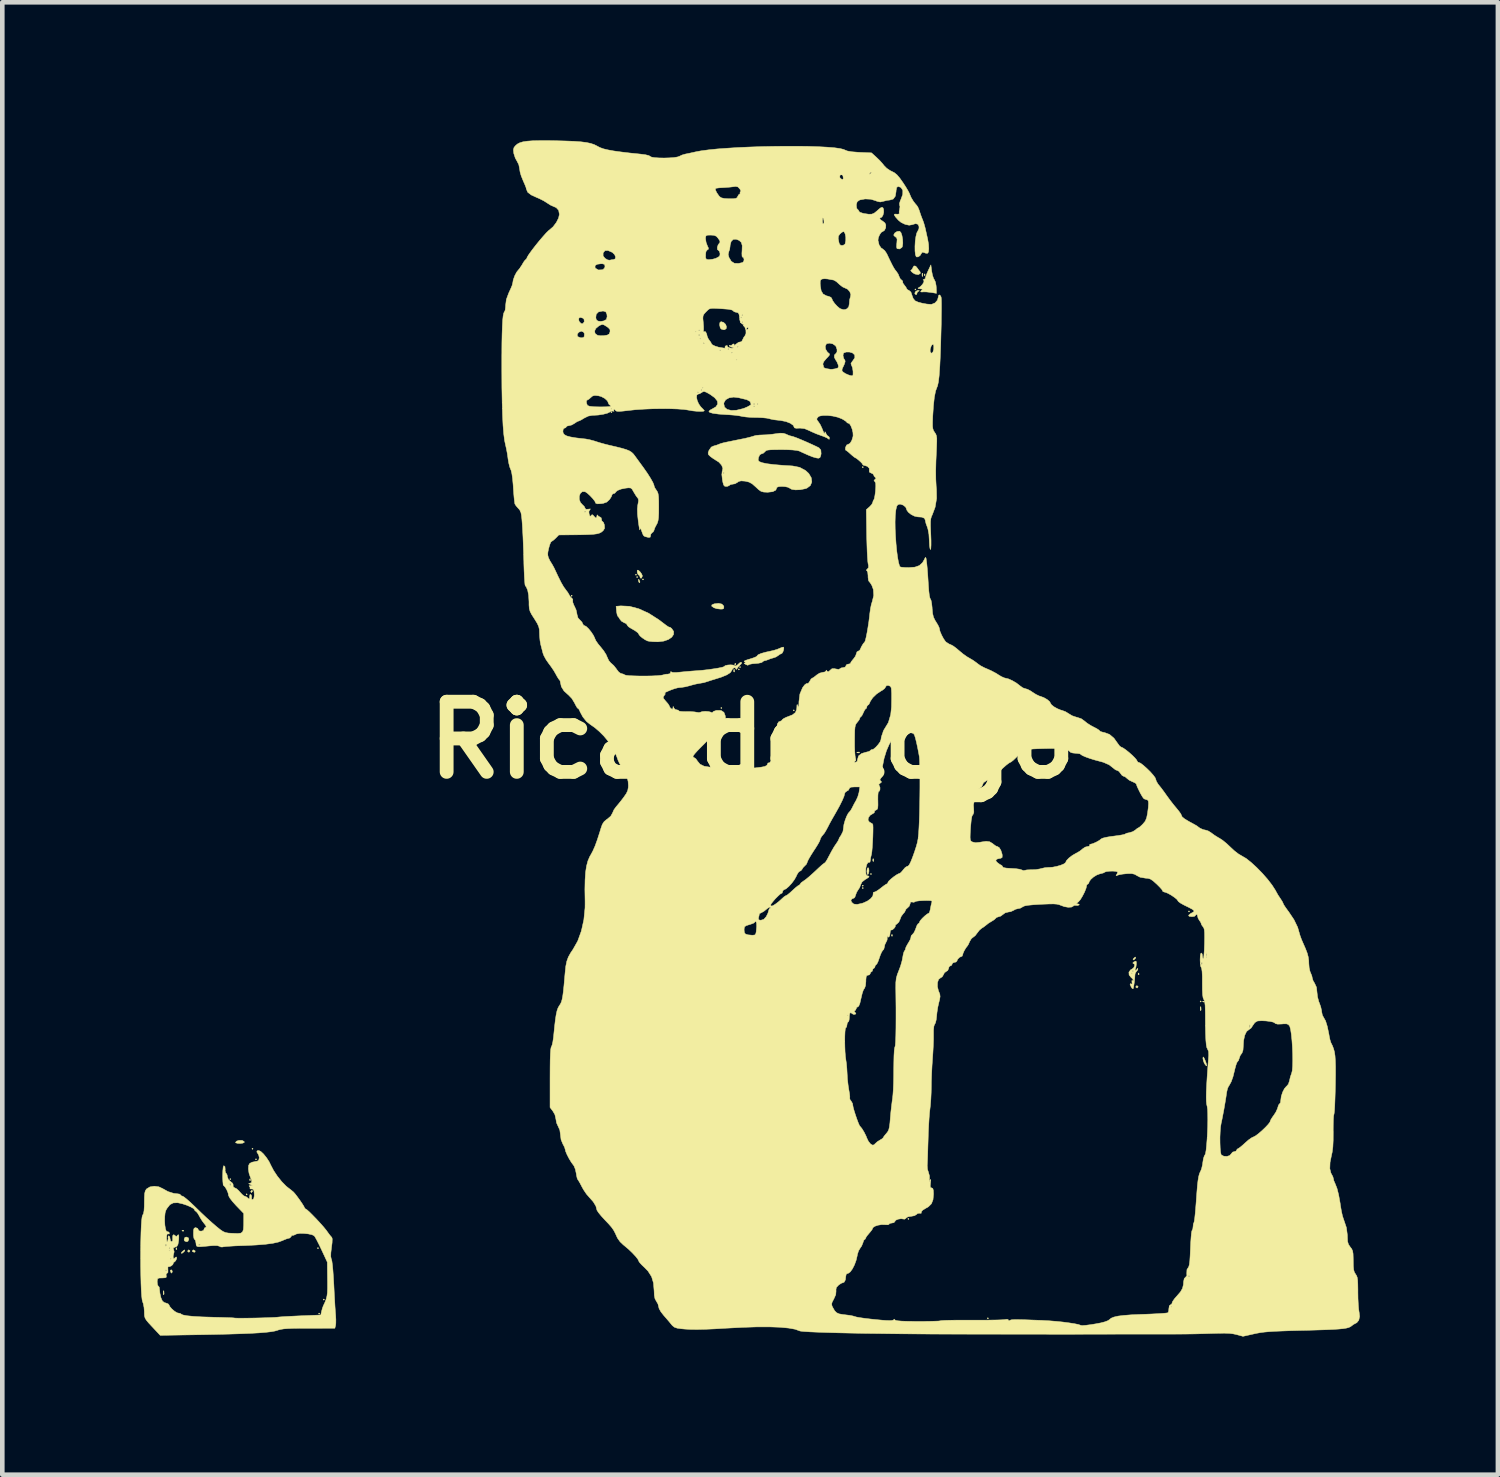
<source format=kicad_pcb>
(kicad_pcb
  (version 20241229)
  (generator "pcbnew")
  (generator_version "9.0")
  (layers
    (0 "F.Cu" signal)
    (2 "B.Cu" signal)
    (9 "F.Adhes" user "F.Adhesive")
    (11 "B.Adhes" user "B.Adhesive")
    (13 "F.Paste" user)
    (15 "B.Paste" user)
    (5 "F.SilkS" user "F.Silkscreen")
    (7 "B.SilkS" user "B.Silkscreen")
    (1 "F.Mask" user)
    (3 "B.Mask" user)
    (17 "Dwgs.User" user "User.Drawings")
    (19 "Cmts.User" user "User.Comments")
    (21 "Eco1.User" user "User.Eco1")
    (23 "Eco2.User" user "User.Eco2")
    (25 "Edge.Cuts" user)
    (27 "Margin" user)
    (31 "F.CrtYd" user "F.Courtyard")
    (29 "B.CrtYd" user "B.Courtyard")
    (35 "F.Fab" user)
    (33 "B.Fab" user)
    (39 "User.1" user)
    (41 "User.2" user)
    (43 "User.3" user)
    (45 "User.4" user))
  (footprint "RicardoLogo"
    (layer "F.Cu")
    (at 13.294 13.03)
    (property "Reference" "RicardoLogo" (at 0 0 0) (layer "F.SilkS") (effects (font (size 1.524 1.524) (thickness 0.3))))
    (attr through_hole)
    (fp_poly (pts (xy -11.328 9.538) (xy -11.341 9.55) (xy -11.354 9.538) (xy -11.341 9.525) (xy -11.328 9.538)) (stroke (width 0.01) (type solid)) (fill yes) (layer "F.SilkS"))
    (fp_poly (pts (xy -10.973 9.868) (xy -10.986 9.881) (xy -10.998 9.868) (xy -10.986 9.855) (xy -10.973 9.868)) (stroke (width 0.01) (type solid)) (fill yes) (layer "F.SilkS"))
    (fp_poly (pts (xy -10.846 8.877) (xy -10.858 8.89) (xy -10.871 8.877) (xy -10.858 8.865) (xy -10.846 8.877)) (stroke (width 0.01) (type solid)) (fill yes) (layer "F.SilkS"))
    (fp_poly (pts (xy -10.77 9.106) (xy -10.782 9.119) (xy -10.795 9.106) (xy -10.782 9.093) (xy -10.77 9.106)) (stroke (width 0.01) (type solid)) (fill yes) (layer "F.SilkS"))
    (fp_poly (pts (xy -9.423 11.036) (xy -9.436 11.049) (xy -9.449 11.036) (xy -9.436 11.024) (xy -9.423 11.036)) (stroke (width 0.01) (type solid)) (fill yes) (layer "F.SilkS"))
    (fp_poly (pts (xy -9.398 12.459) (xy -9.411 12.471) (xy -9.423 12.459) (xy -9.411 12.446) (xy -9.398 12.459)) (stroke (width 0.01) (type solid)) (fill yes) (layer "F.SilkS"))
    (fp_poly (pts (xy -9.296 12.154) (xy -9.309 12.167) (xy -9.322 12.154) (xy -9.309 12.141) (xy -9.296 12.154)) (stroke (width 0.01) (type solid)) (fill yes) (layer "F.SilkS"))
    (fp_poly (pts (xy -3.912 -3.137) (xy -3.924 -3.124) (xy -3.937 -3.137) (xy -3.924 -3.15) (xy -3.912 -3.137)) (stroke (width 0.01) (type solid)) (fill yes) (layer "F.SilkS"))
    (fp_poly (pts (xy -3.048 -7.125) (xy -3.061 -7.112) (xy -3.073 -7.125) (xy -3.061 -7.137) (xy -3.048 -7.125)) (stroke (width 0.01) (type solid)) (fill yes) (layer "F.SilkS"))
    (fp_poly (pts (xy -2.515 -3.594) (xy -2.527 -3.581) (xy -2.54 -3.594) (xy -2.527 -3.607) (xy -2.515 -3.594)) (stroke (width 0.01) (type solid)) (fill yes) (layer "F.SilkS"))
    (fp_poly (pts (xy -2.489 -3.543) (xy -2.502 -3.531) (xy -2.515 -3.543) (xy -2.502 -3.556) (xy -2.489 -3.543)) (stroke (width 0.01) (type solid)) (fill yes) (layer "F.SilkS"))
    (fp_poly (pts (xy -2.362 -3.493) (xy -2.375 -3.48) (xy -2.388 -3.493) (xy -2.375 -3.505) (xy -2.362 -3.493)) (stroke (width 0.01) (type solid)) (fill yes) (layer "F.SilkS"))
    (fp_poly (pts (xy -0.66 -0.699) (xy -0.673 -0.686) (xy -0.686 -0.699) (xy -0.673 -0.711) (xy -0.66 -0.699)) (stroke (width 0.01) (type solid)) (fill yes) (layer "F.SilkS"))
    (fp_poly (pts (xy -0.279 -1.537) (xy -0.292 -1.524) (xy -0.305 -1.537) (xy -0.292 -1.549) (xy -0.279 -1.537)) (stroke (width 0.01) (type solid)) (fill yes) (layer "F.SilkS"))
    (fp_poly (pts (xy -0.254 -1.587) (xy -0.267 -1.575) (xy -0.279 -1.587) (xy -0.267 -1.6) (xy -0.254 -1.587)) (stroke (width 0.01) (type solid)) (fill yes) (layer "F.SilkS"))
    (fp_poly (pts (xy 0.914 -0.648) (xy 0.902 -0.635) (xy 0.889 -0.648) (xy 0.902 -0.66) (xy 0.914 -0.648)) (stroke (width 0.01) (type solid)) (fill yes) (layer "F.SilkS"))
    (fp_poly (pts (xy 2.413 -5.931) (xy 2.4 -5.918) (xy 2.388 -5.931) (xy 2.4 -5.944) (xy 2.413 -5.931)) (stroke (width 0.01) (type solid)) (fill yes) (layer "F.SilkS"))
    (fp_poly (pts (xy 2.413 3.162) (xy 2.4 3.175) (xy 2.388 3.162) (xy 2.4 3.15) (xy 2.413 3.162)) (stroke (width 0.01) (type solid)) (fill yes) (layer "F.SilkS"))
    (fp_poly (pts (xy 2.413 3.213) (xy 2.4 3.226) (xy 2.388 3.213) (xy 2.4 3.2) (xy 2.413 3.213)) (stroke (width 0.01) (type solid)) (fill yes) (layer "F.SilkS"))
    (fp_poly (pts (xy 2.591 2.908) (xy 2.578 2.921) (xy 2.565 2.908) (xy 2.578 2.896) (xy 2.591 2.908)) (stroke (width 0.01) (type solid)) (fill yes) (layer "F.SilkS"))
    (fp_poly (pts (xy 3.404 10.401) (xy 3.391 10.414) (xy 3.378 10.401) (xy 3.391 10.389) (xy 3.404 10.401)) (stroke (width 0.01) (type solid)) (fill yes) (layer "F.SilkS"))
    (fp_poly (pts (xy 3.556 -9.792) (xy 3.543 -9.779) (xy 3.531 -9.792) (xy 3.543 -9.804) (xy 3.556 -9.792)) (stroke (width 0.01) (type solid)) (fill yes) (layer "F.SilkS"))
    (fp_poly (pts (xy 5.131 12.56) (xy 5.118 12.573) (xy 5.105 12.56) (xy 5.118 12.548) (xy 5.131 12.56)) (stroke (width 0.01) (type solid)) (fill yes) (layer "F.SilkS"))
    (fp_poly (pts (xy 9.5 3.721) (xy 9.487 3.734) (xy 9.474 3.721) (xy 9.487 3.708) (xy 9.5 3.721)) (stroke (width 0.01) (type solid)) (fill yes) (layer "F.SilkS"))
    (fp_poly (pts (xy 9.754 5.677) (xy 9.741 5.69) (xy 9.728 5.677) (xy 9.741 5.664) (xy 9.754 5.677)) (stroke (width 0.01) (type solid)) (fill yes) (layer "F.SilkS"))
    (fp_poly (pts (xy -12.505 11.032) (xy -12.502 11.062) (xy -12.505 11.066) (xy -12.52 11.062) (xy -12.522 11.049) (xy -12.513 11.028) (xy -12.505 11.032)) (stroke (width 0.01) (type solid)) (fill yes) (layer "F.SilkS"))
    (fp_poly (pts (xy -12.353 10.651) (xy -12.356 10.666) (xy -12.37 10.668) (xy -12.391 10.659) (xy -12.387 10.651) (xy -12.357 10.648) (xy -12.353 10.651)) (stroke (width 0.01) (type solid)) (fill yes) (layer "F.SilkS"))
    (fp_poly (pts (xy -10.905 9.533) (xy -10.902 9.564) (xy -10.905 9.567) (xy -10.92 9.564) (xy -10.922 9.55) (xy -10.913 9.529) (xy -10.905 9.533)) (stroke (width 0.01) (type solid)) (fill yes) (layer "F.SilkS"))
    (fp_poly (pts (xy -0.389 -1.529) (xy -0.386 -1.489) (xy -0.391 -1.48) (xy -0.403 -1.488) (xy -0.404 -1.513) (xy -0.398 -1.541) (xy -0.389 -1.529)) (stroke (width 0.01) (type solid)) (fill yes) (layer "F.SilkS"))
    (fp_poly (pts (xy -0.364 -1.668) (xy -0.361 -1.638) (xy -0.364 -1.634) (xy -0.379 -1.638) (xy -0.381 -1.651) (xy -0.372 -1.672) (xy -0.364 -1.668)) (stroke (width 0.01) (type solid)) (fill yes) (layer "F.SilkS"))
    (fp_poly (pts (xy 2.33 0.264) (xy 2.322 0.276) (xy 2.297 0.277) (xy 2.269 0.271) (xy 2.281 0.262) (xy 2.321 0.259) (xy 2.33 0.264)) (stroke (width 0.01) (type solid)) (fill yes) (layer "F.SilkS"))
    (fp_poly (pts (xy 2.634 2.586) (xy 2.637 2.626) (xy 2.632 2.635) (xy 2.62 2.627) (xy 2.618 2.601) (xy 2.624 2.574) (xy 2.634 2.586)) (stroke (width 0.01) (type solid)) (fill yes) (layer "F.SilkS"))
    (fp_poly (pts (xy 3.04 4.225) (xy 3.043 4.255) (xy 3.04 4.259) (xy 3.024 4.255) (xy 3.023 4.242) (xy 3.032 4.221) (xy 3.04 4.225)) (stroke (width 0.01) (type solid)) (fill yes) (layer "F.SilkS"))
    (fp_poly (pts (xy 3.7 -10.141) (xy 3.703 -10.089) (xy 3.7 -10.077) (xy 3.691 -10.074) (xy 3.687 -10.109) (xy 3.691 -10.145) (xy 3.7 -10.141)) (stroke (width 0.01) (type solid)) (fill yes) (layer "F.SilkS"))
    (fp_poly (pts (xy 3.751 -10.126) (xy 3.754 -10.096) (xy 3.751 -10.092) (xy 3.736 -10.096) (xy 3.734 -10.109) (xy 3.743 -10.13) (xy 3.751 -10.126)) (stroke (width 0.01) (type solid)) (fill yes) (layer "F.SilkS"))
    (fp_poly (pts (xy 8.399 5.063) (xy 8.402 5.093) (xy 8.399 5.097) (xy 8.384 5.093) (xy 8.382 5.08) (xy 8.391 5.059) (xy 8.399 5.063)) (stroke (width 0.01) (type solid)) (fill yes) (layer "F.SilkS"))
    (fp_poly (pts (xy 9.821 5.673) (xy 9.818 5.688) (xy 9.804 5.69) (xy 9.783 5.68) (xy 9.787 5.673) (xy 9.818 5.67) (xy 9.821 5.673)) (stroke (width 0.01) (type solid)) (fill yes) (layer "F.SilkS"))
    (fp_poly (pts (xy -12.601 11.537) (xy -12.604 11.561) (xy -12.618 11.58) (xy -12.634 11.56) (xy -12.644 11.523) (xy -12.639 11.513) (xy -12.614 11.509) (xy -12.601 11.537)) (stroke (width 0.01) (type solid)) (fill yes) (layer "F.SilkS"))
    (fp_poly (pts (xy -2.461 -3.487) (xy -2.46 -3.486) (xy -2.442 -3.442) (xy -2.444 -3.426) (xy -2.457 -3.42) (xy -2.471 -3.452) (xy -2.476 -3.492) (xy -2.461 -3.487)) (stroke (width 0.01) (type solid)) (fill yes) (layer "F.SilkS"))
    (fp_poly (pts (xy 8.326 4.738) (xy 8.3 4.766) (xy 8.278 4.775) (xy 8.271 4.761) (xy 8.286 4.74) (xy 8.317 4.714) (xy 8.327 4.713) (xy 8.326 4.738)) (stroke (width 0.01) (type solid)) (fill yes) (layer "F.SilkS"))
    (fp_poly (pts (xy -12.785 11.966) (xy -12.784 11.97) (xy -12.78 12.026) (xy -12.785 12.046) (xy -12.793 12.047) (xy -12.797 12.008) (xy -12.797 12.002) (xy -12.793 11.962) (xy -12.785 11.966)) (stroke (width 0.01) (type solid)) (fill yes) (layer "F.SilkS"))
    (fp_poly (pts (xy -12.329 11.09) (xy -12.344 11.113) (xy -12.382 11.144) (xy -12.4 11.151) (xy -12.405 11.136) (xy -12.386 11.113) (xy -12.348 11.082) (xy -12.33 11.074) (xy -12.329 11.09)) (stroke (width 0.01) (type solid)) (fill yes) (layer "F.SilkS"))
    (fp_poly (pts (xy -12.251 10.813) (xy -12.243 10.846) (xy -12.261 10.888) (xy -12.294 10.897) (xy -12.336 10.879) (xy -12.344 10.846) (xy -12.326 10.803) (xy -12.294 10.795) (xy -12.251 10.813)) (stroke (width 0.01) (type solid)) (fill yes) (layer "F.SilkS"))
    (fp_poly (pts (xy -12.218 11.094) (xy -12.217 11.1) (xy -12.237 11.124) (xy -12.243 11.125) (xy -12.267 11.106) (xy -12.268 11.1) (xy -12.249 11.075) (xy -12.243 11.074) (xy -12.218 11.094)) (stroke (width 0.01) (type solid)) (fill yes) (layer "F.SilkS"))
    (fp_poly (pts (xy -12.108 11.093) (xy -12.103 11.1) (xy -12.109 11.122) (xy -12.127 11.125) (xy -12.162 11.112) (xy -12.167 11.1) (xy -12.148 11.075) (xy -12.143 11.074) (xy -12.108 11.093)) (stroke (width 0.01) (type solid)) (fill yes) (layer "F.SilkS"))
    (fp_poly (pts (xy -10.855 9.795) (xy -10.858 9.804) (xy -10.881 9.829) (xy -10.885 9.83) (xy -10.896 9.81) (xy -10.897 9.804) (xy -10.877 9.78) (xy -10.87 9.779) (xy -10.855 9.795)) (stroke (width 0.01) (type solid)) (fill yes) (layer "F.SilkS"))
    (fp_poly (pts (xy 8.381 5.353) (xy 8.382 5.359) (xy 8.363 5.384) (xy 8.357 5.385) (xy 8.332 5.365) (xy 8.331 5.359) (xy 8.351 5.335) (xy 8.357 5.334) (xy 8.381 5.353)) (stroke (width 0.01) (type solid)) (fill yes) (layer "F.SilkS"))
    (fp_poly (pts (xy 9.745 5.794) (xy 9.746 5.798) (xy 9.75 5.853) (xy 9.745 5.874) (xy 9.737 5.875) (xy 9.733 5.835) (xy 9.733 5.829) (xy 9.737 5.79) (xy 9.745 5.794)) (stroke (width 0.01) (type solid)) (fill yes) (layer "F.SilkS"))
    (fp_poly (pts (xy -11.074 8.7) (xy -11.039 8.722) (xy -11.037 8.739) (xy -11.069 8.755) (xy -11.124 8.762) (xy -11.181 8.76) (xy -11.22 8.749) (xy -11.227 8.739) (xy -11.205 8.712) (xy -11.153 8.695) (xy -11.092 8.695) (xy -11.074 8.7)) (stroke (width 0.01) (type solid)) (fill yes) (layer "F.SilkS"))
    (fp_poly (pts (xy -0.623 -9.075) (xy -0.582 -9.036) (xy -0.562 -8.987) (xy -0.566 -8.943) (xy -0.599 -8.918) (xy -0.62 -8.915) (xy -0.673 -8.93) (xy -0.696 -8.956) (xy -0.71 -9.021) (xy -0.704 -9.072) (xy -0.679 -9.092) (xy -0.623 -9.075)) (stroke (width 0.01) (type solid)) (fill yes) (layer "F.SilkS"))
    (fp_poly (pts (xy -0.66 -2.956) (xy -0.621 -2.914) (xy -0.618 -2.902) (xy -0.62 -2.863) (xy -0.648 -2.848) (xy -0.692 -2.847) (xy -0.77 -2.856) (xy -0.832 -2.876) (xy -0.881 -2.91) (xy -0.879 -2.938) (xy -0.829 -2.961) (xy -0.733 -2.972) (xy -0.66 -2.956)) (stroke (width 0.01) (type solid)) (fill yes) (layer "F.SilkS"))
    (fp_poly (pts (xy 2.531 2.79) (xy 2.535 2.843) (xy 2.535 2.845) (xy 2.525 2.898) (xy 2.509 2.921) (xy 2.509 2.921) (xy 2.495 2.899) (xy 2.489 2.846) (xy 2.489 2.845) (xy 2.497 2.791) (xy 2.515 2.769) (xy 2.515 2.769) (xy 2.531 2.79)) (stroke (width 0.01) (type solid)) (fill yes) (layer "F.SilkS"))
    (fp_poly (pts (xy 3.625 -9.769) (xy 3.627 -9.767) (xy 3.621 -9.755) (xy 3.611 -9.754) (xy 3.585 -9.733) (xy 3.581 -9.716) (xy 3.568 -9.682) (xy 3.556 -9.677) (xy 3.533 -9.698) (xy 3.531 -9.713) (xy 3.549 -9.747) (xy 3.589 -9.771) (xy 3.625 -9.769)) (stroke (width 0.01) (type solid)) (fill yes) (layer "F.SilkS"))
    (fp_poly (pts (xy 9.814 6.904) (xy 9.837 6.954) (xy 9.859 7.013) (xy 9.873 7.061) (xy 9.872 7.077) (xy 9.854 7.066) (xy 9.84 7.051) (xy 9.816 7.01) (xy 9.797 6.956) (xy 9.789 6.907) (xy 9.796 6.884) (xy 9.798 6.883) (xy 9.814 6.904)) (stroke (width 0.01) (type solid)) (fill yes) (layer "F.SilkS"))
    (fp_poly (pts (xy -2.471 -3.688) (xy -2.436 -3.655) (xy -2.404 -3.61) (xy -2.388 -3.57) (xy -2.388 -3.566) (xy -2.405 -3.525) (xy -2.413 -3.518) (xy -2.435 -3.524) (xy -2.438 -3.542) (xy -2.45 -3.577) (xy -2.461 -3.581) (xy -2.484 -3.602) (xy -2.5 -3.646) (xy -2.5 -3.687) (xy -2.495 -3.694) (xy -2.471 -3.688)) (stroke (width 0.01) (type solid)) (fill yes) (layer "F.SilkS"))
    (fp_poly (pts (xy 3.551 -10.297) (xy 3.591 -10.249) (xy 3.592 -10.247) (xy 3.624 -10.2) (xy 3.642 -10.182) (xy 3.652 -10.15) (xy 3.647 -10.137) (xy 3.606 -10.113) (xy 3.536 -10.126) (xy 3.531 -10.128) (xy 3.489 -10.152) (xy 3.455 -10.182) (xy 3.441 -10.205) (xy 3.45 -10.211) (xy 3.474 -10.232) (xy 3.488 -10.264) (xy 3.513 -10.303) (xy 3.551 -10.297)) (stroke (width 0.01) (type solid)) (fill yes) (layer "F.SilkS"))
    (fp_poly (pts (xy 3.202 -11.056) (xy 3.23 -11.026) (xy 3.252 -10.961) (xy 3.266 -10.879) (xy 3.27 -10.797) (xy 3.262 -10.73) (xy 3.25 -10.704) (xy 3.2 -10.671) (xy 3.151 -10.677) (xy 3.142 -10.684) (xy 3.135 -10.717) (xy 3.138 -10.78) (xy 3.141 -10.807) (xy 3.146 -10.88) (xy 3.134 -10.917) (xy 3.114 -10.93) (xy 3.079 -10.959) (xy 3.073 -10.976) (xy 3.095 -11.018) (xy 3.144 -11.05) (xy 3.199 -11.057) (xy 3.202 -11.056)) (stroke (width 0.01) (type solid)) (fill yes) (layer "F.SilkS"))
    (fp_poly (pts (xy 3.898 -10.185) (xy 3.915 -10.099) (xy 3.939 -10.029) (xy 3.955 -10.003) (xy 3.978 -9.954) (xy 3.993 -9.876) (xy 3.997 -9.832) (xy 4 -9.759) (xy 4.001 -9.714) (xy 4.001 -9.706) (xy 3.978 -9.711) (xy 3.919 -9.721) (xy 3.863 -9.729) (xy 3.78 -9.738) (xy 3.715 -9.739) (xy 3.692 -9.736) (xy 3.662 -9.738) (xy 3.658 -9.749) (xy 3.679 -9.777) (xy 3.702 -9.787) (xy 3.71 -9.795) (xy 3.675 -9.802) (xy 3.658 -9.803) (xy 3.609 -9.81) (xy 3.599 -9.82) (xy 3.605 -9.823) (xy 3.653 -9.854) (xy 3.697 -9.901) (xy 3.726 -9.949) (xy 3.73 -9.983) (xy 3.725 -9.988) (xy 3.71 -10.004) (xy 3.727 -10.007) (xy 3.758 -10.028) (xy 3.76 -10.039) (xy 3.771 -10.079) (xy 3.797 -10.146) (xy 3.82 -10.198) (xy 3.88 -10.325) (xy 3.898 -10.185)) (stroke (width 0.01) (type solid)) (fill yes) (layer "F.SilkS"))
    (fp_poly (pts (xy -2.669 -2.908) (xy -2.466 -2.854) (xy -2.252 -2.757) (xy -2.033 -2.617) (xy -1.939 -2.546) (xy -1.872 -2.495) (xy -1.823 -2.462) (xy -1.803 -2.454) (xy -1.803 -2.455) (xy -1.788 -2.453) (xy -1.751 -2.425) (xy -1.708 -2.361) (xy -1.71 -2.297) (xy -1.75 -2.237) (xy -1.823 -2.187) (xy -1.923 -2.152) (xy -2.044 -2.137) (xy -2.07 -2.137) (xy -2.162 -2.14) (xy -2.239 -2.148) (xy -2.275 -2.155) (xy -2.328 -2.181) (xy -2.388 -2.221) (xy -2.439 -2.264) (xy -2.463 -2.296) (xy -2.464 -2.3) (xy -2.486 -2.333) (xy -2.546 -2.378) (xy -2.633 -2.428) (xy -2.635 -2.429) (xy -2.69 -2.464) (xy -2.717 -2.497) (xy -2.718 -2.502) (xy -2.739 -2.532) (xy -2.781 -2.55) (xy -2.841 -2.584) (xy -2.873 -2.623) (xy -2.903 -2.671) (xy -2.922 -2.692) (xy -2.936 -2.724) (xy -2.948 -2.786) (xy -2.95 -2.807) (xy -2.959 -2.908) (xy -2.857 -2.917) (xy -2.669 -2.908)) (stroke (width 0.01) (type solid)) (fill yes) (layer "F.SilkS"))
    (fp_poly (pts (xy 0.68 -2.021) (xy 0.685 -1.987) (xy 0.673 -1.937) (xy 0.651 -1.893) (xy 0.633 -1.88) (xy 0.594 -1.863) (xy 0.568 -1.842) (xy 0.514 -1.807) (xy 0.462 -1.789) (xy 0.393 -1.769) (xy 0.35 -1.751) (xy 0.294 -1.731) (xy 0.269 -1.727) (xy 0.231 -1.711) (xy 0.224 -1.7) (xy 0.195 -1.684) (xy 0.133 -1.671) (xy 0.082 -1.666) (xy 0.004 -1.66) (xy -0.052 -1.649) (xy -0.068 -1.643) (xy -0.098 -1.627) (xy -0.142 -1.644) (xy -0.152 -1.651) (xy -0.178 -1.671) (xy -0.159 -1.677) (xy -0.152 -1.678) (xy -0.136 -1.685) (xy -0.163 -1.699) (xy -0.179 -1.712) (xy -0.157 -1.729) (xy -0.093 -1.751) (xy -0.055 -1.762) (xy 0.026 -1.788) (xy 0.082 -1.811) (xy 0.102 -1.827) (xy 0.125 -1.854) (xy 0.191 -1.883) (xy 0.29 -1.911) (xy 0.379 -1.93) (xy 0.473 -1.952) (xy 0.559 -1.98) (xy 0.592 -1.994) (xy 0.647 -2.017) (xy 0.679 -2.021) (xy 0.68 -2.021)) (stroke (width 0.01) (type solid)) (fill yes) (layer "F.SilkS"))
    (fp_poly (pts (xy 8.344 4.822) (xy 8.343 4.872) (xy 8.335 4.93) (xy 8.32 4.975) (xy 8.318 4.979) (xy 8.321 5.002) (xy 8.33 5.004) (xy 8.355 4.984) (xy 8.357 4.974) (xy 8.368 4.958) (xy 8.376 4.964) (xy 8.374 4.992) (xy 8.355 5.012) (xy 8.321 5.061) (xy 8.314 5.093) (xy 8.309 5.171) (xy 8.3 5.258) (xy 8.288 5.335) (xy 8.278 5.388) (xy 8.272 5.402) (xy 8.252 5.393) (xy 8.232 5.363) (xy 8.207 5.307) (xy 8.214 5.29) (xy 8.234 5.298) (xy 8.253 5.298) (xy 8.249 5.262) (xy 8.246 5.225) (xy 8.257 5.221) (xy 8.28 5.227) (xy 8.277 5.208) (xy 8.253 5.176) (xy 8.23 5.156) (xy 8.186 5.101) (xy 8.184 5.067) (xy 8.23 5.067) (xy 8.242 5.08) (xy 8.255 5.067) (xy 8.242 5.055) (xy 8.23 5.067) (xy 8.184 5.067) (xy 8.182 5.041) (xy 8.2 5.016) (xy 8.255 5.016) (xy 8.268 5.029) (xy 8.28 5.016) (xy 8.268 5.004) (xy 8.255 5.016) (xy 8.2 5.016) (xy 8.218 4.991) (xy 8.242 4.978) (xy 8.284 4.947) (xy 8.305 4.904) (xy 8.303 4.866) (xy 8.274 4.851) (xy 8.266 4.841) (xy 8.286 4.821) (xy 8.319 4.804) (xy 8.336 4.801) (xy 8.344 4.822)) (stroke (width 0.01) (type solid)) (fill yes) (layer "F.SilkS"))
    (fp_poly (pts (xy 0.67 -6.667) (xy 0.726 -6.651) (xy 0.742 -6.643) (xy 0.805 -6.616) (xy 0.85 -6.604) (xy 0.852 -6.604) (xy 0.89 -6.594) (xy 0.964 -6.567) (xy 1.062 -6.527) (xy 1.174 -6.479) (xy 1.287 -6.428) (xy 1.393 -6.379) (xy 1.448 -6.351) (xy 1.489 -6.304) (xy 1.495 -6.223) (xy 1.487 -6.18) (xy 1.469 -6.137) (xy 1.436 -6.125) (xy 1.39 -6.132) (xy 1.315 -6.153) (xy 1.214 -6.193) (xy 1.078 -6.254) (xy 1.019 -6.282) (xy 0.965 -6.295) (xy 0.87 -6.305) (xy 0.742 -6.311) (xy 0.629 -6.312) (xy 0.492 -6.311) (xy 0.398 -6.308) (xy 0.337 -6.302) (xy 0.3 -6.291) (xy 0.281 -6.274) (xy 0.276 -6.267) (xy 0.234 -6.23) (xy 0.205 -6.223) (xy 0.163 -6.2) (xy 0.135 -6.141) (xy 0.127 -6.082) (xy 0.148 -6.053) (xy 0.212 -6.028) (xy 0.322 -6.005) (xy 0.477 -5.986) (xy 0.681 -5.969) (xy 0.876 -5.957) (xy 1.028 -5.927) (xy 1.158 -5.857) (xy 1.227 -5.793) (xy 1.282 -5.699) (xy 1.293 -5.609) (xy 1.261 -5.531) (xy 1.188 -5.476) (xy 1.151 -5.463) (xy 1.041 -5.441) (xy 0.939 -5.437) (xy 0.857 -5.449) (xy 0.813 -5.474) (xy 0.774 -5.495) (xy 0.71 -5.508) (xy 0.638 -5.512) (xy 0.575 -5.508) (xy 0.537 -5.494) (xy 0.533 -5.485) (xy 0.51 -5.432) (xy 0.444 -5.398) (xy 0.338 -5.386) (xy 0.326 -5.386) (xy 0.247 -5.39) (xy 0.191 -5.405) (xy 0.138 -5.442) (xy 0.077 -5.499) (xy -0.001 -5.568) (xy -0.07 -5.606) (xy -0.152 -5.626) (xy -0.157 -5.627) (xy -0.242 -5.633) (xy -0.294 -5.621) (xy -0.319 -5.603) (xy -0.376 -5.57) (xy -0.419 -5.563) (xy -0.472 -5.553) (xy -0.495 -5.537) (xy -0.531 -5.517) (xy -0.568 -5.512) (xy -0.601 -5.518) (xy -0.623 -5.544) (xy -0.639 -5.602) (xy -0.65 -5.661) (xy -0.662 -5.77) (xy -0.658 -5.804) (xy -0.635 -5.804) (xy -0.622 -5.791) (xy -0.61 -5.804) (xy -0.622 -5.817) (xy -0.635 -5.804) (xy -0.658 -5.804) (xy -0.655 -5.839) (xy -0.65 -5.85) (xy -0.64 -5.908) (xy -0.668 -5.976) (xy -0.725 -6.039) (xy -0.765 -6.065) (xy -0.842 -6.113) (xy -0.91 -6.162) (xy -0.952 -6.203) (xy -0.96 -6.241) (xy -0.941 -6.296) (xy -0.891 -6.367) (xy -0.841 -6.39) (xy -0.769 -6.411) (xy -0.724 -6.428) (xy -0.702 -6.438) (xy -0.674 -6.447) (xy -0.634 -6.458) (xy -0.573 -6.472) (xy -0.484 -6.49) (xy -0.358 -6.516) (xy -0.229 -6.542) (xy -0.125 -6.564) (xy -0.037 -6.586) (xy 0.021 -6.603) (xy 0.031 -6.607) (xy 0.081 -6.62) (xy 0.16 -6.628) (xy 0.209 -6.63) (xy 0.311 -6.634) (xy 0.431 -6.646) (xy 0.504 -6.656) (xy 0.602 -6.669) (xy 0.67 -6.667)) (stroke (width 0.01) (type solid)) (fill yes) (layer "F.SilkS"))
    (fp_poly (pts (xy -10.678 8.936) (xy -10.619 8.991) (xy -10.556 9.069) (xy -10.498 9.157) (xy -10.456 9.243) (xy -10.4 9.35) (xy -10.319 9.472) (xy -10.224 9.591) (xy -10.129 9.688) (xy -10.089 9.721) (xy -10.026 9.769) (xy -9.979 9.808) (xy -9.968 9.817) (xy -9.931 9.859) (xy -9.882 9.923) (xy -9.827 9.999) (xy -9.778 10.071) (xy -9.742 10.129) (xy -9.728 10.159) (xy -9.71 10.184) (xy -9.704 10.185) (xy -9.675 10.203) (xy -9.621 10.251) (xy -9.551 10.321) (xy -9.471 10.403) (xy -9.39 10.491) (xy -9.316 10.574) (xy -9.257 10.646) (xy -9.232 10.681) (xy -9.186 10.744) (xy -9.149 10.789) (xy -9.137 10.799) (xy -9.126 10.834) (xy -9.129 10.919) (xy -9.142 11.02) (xy -9.156 11.138) (xy -9.158 11.218) (xy -9.148 11.269) (xy -9.143 11.279) (xy -9.133 11.32) (xy -9.122 11.403) (xy -9.111 11.519) (xy -9.101 11.66) (xy -9.092 11.817) (xy -9.091 11.832) (xy -9.083 11.999) (xy -9.074 12.159) (xy -9.066 12.303) (xy -9.058 12.418) (xy -9.052 12.492) (xy -9.047 12.588) (xy -9.048 12.671) (xy -9.053 12.714) (xy -9.069 12.776) (xy -9.633 12.777) (xy -9.826 12.777) (xy -9.976 12.779) (xy -10.09 12.784) (xy -10.175 12.79) (xy -10.239 12.8) (xy -10.29 12.812) (xy -10.312 12.82) (xy -10.371 12.837) (xy -10.455 12.852) (xy -10.568 12.865) (xy -10.713 12.877) (xy -10.893 12.887) (xy -11.112 12.896) (xy -11.371 12.904) (xy -11.675 12.911) (xy -12.027 12.918) (xy -12.038 12.918) (xy -12.863 12.931) (xy -13.035 12.747) (xy -13.114 12.662) (xy -13.164 12.602) (xy -13.192 12.555) (xy -13.205 12.508) (xy -13.208 12.449) (xy -13.208 12.419) (xy -13.215 12.324) (xy -13.232 12.238) (xy -13.246 12.201) (xy -13.257 12.155) (xy -13.267 12.066) (xy -13.275 11.942) (xy -13.281 11.791) (xy -13.281 11.773) (xy -12.929 11.773) (xy -12.922 11.832) (xy -12.907 11.861) (xy -12.903 11.862) (xy -12.885 11.884) (xy -12.878 11.937) (xy -12.878 11.938) (xy -12.87 12.015) (xy -12.851 12.102) (xy -12.847 12.114) (xy -12.816 12.185) (xy -12.774 12.219) (xy -12.745 12.227) (xy -12.694 12.245) (xy -12.675 12.265) (xy -12.655 12.306) (xy -12.609 12.359) (xy -12.55 12.409) (xy -12.496 12.441) (xy -12.475 12.446) (xy -12.427 12.456) (xy -12.41 12.468) (xy -12.371 12.488) (xy -12.283 12.505) (xy -12.144 12.519) (xy -11.955 12.53) (xy -11.716 12.537) (xy -11.699 12.538) (xy -11.557 12.541) (xy -11.435 12.545) (xy -11.339 12.548) (xy -11.279 12.551) (xy -11.263 12.553) (xy -11.236 12.556) (xy -11.168 12.558) (xy -11.068 12.558) (xy -10.947 12.557) (xy -10.814 12.555) (xy -10.68 12.552) (xy -10.553 12.548) (xy -10.444 12.544) (xy -10.363 12.54) (xy -10.325 12.537) (xy -10.265 12.531) (xy -10.166 12.524) (xy -10.038 12.517) (xy -9.893 12.51) (xy -9.799 12.506) (xy -9.375 12.489) (xy -9.358 12.411) (xy -9.34 12.343) (xy -9.322 12.294) (xy -9.284 12.212) (xy -9.258 12.144) (xy -9.241 12.078) (xy -9.231 12.002) (xy -9.228 11.904) (xy -9.228 11.772) (xy -9.229 11.709) (xy -9.233 11.341) (xy -9.357 11.074) (xy -9.409 10.965) (xy -9.457 10.87) (xy -9.495 10.801) (xy -9.516 10.77) (xy -9.564 10.745) (xy -9.645 10.727) (xy -9.74 10.717) (xy -9.832 10.716) (xy -9.901 10.727) (xy -9.921 10.737) (xy -9.964 10.757) (xy -9.983 10.756) (xy -10.007 10.765) (xy -10.017 10.782) (xy -10.048 10.816) (xy -10.066 10.82) (xy -10.108 10.831) (xy -10.175 10.857) (xy -10.205 10.871) (xy -10.295 10.904) (xy -10.417 10.931) (xy -10.576 10.952) (xy -10.776 10.968) (xy -11.021 10.98) (xy -11.092 10.982) (xy -11.228 10.987) (xy -11.347 10.994) (xy -11.439 11.001) (xy -11.495 11.008) (xy -11.506 11.011) (xy -11.547 11.011) (xy -11.57 10.998) (xy -11.619 10.982) (xy -11.713 10.981) (xy -11.778 10.986) (xy -11.905 10.998) (xy -11.99 11.005) (xy -12.042 11.004) (xy -12.069 10.994) (xy -12.08 10.973) (xy -12.083 10.956) (xy -12.031 10.956) (xy -12.028 10.971) (xy -12.014 10.973) (xy -11.993 10.964) (xy -11.997 10.956) (xy -12.027 10.953) (xy -12.031 10.956) (xy -12.083 10.956) (xy -12.085 10.94) (xy -12.086 10.928) (xy -12.097 10.872) (xy -12.116 10.846) (xy -12.117 10.846) (xy -12.131 10.823) (xy -12.14 10.765) (xy -12.141 10.719) (xy -12.139 10.643) (xy -12.127 10.605) (xy -12.102 10.592) (xy -12.09 10.592) (xy -12.049 10.608) (xy -12.04 10.63) (xy -12.018 10.661) (xy -11.976 10.668) (xy -11.925 10.655) (xy -11.913 10.63) (xy -11.899 10.596) (xy -11.887 10.592) (xy -11.863 10.577) (xy -11.879 10.537) (xy -11.91 10.499) (xy -11.952 10.443) (xy -11.999 10.367) (xy -12.012 10.341) (xy -12.049 10.279) (xy -12.081 10.241) (xy -12.091 10.236) (xy -12.114 10.216) (xy -12.116 10.204) (xy -12.139 10.176) (xy -12.198 10.142) (xy -12.28 10.106) (xy -12.373 10.075) (xy -12.462 10.054) (xy -12.489 10.05) (xy -12.581 10.054) (xy -12.653 10.092) (xy -12.716 10.172) (xy -12.739 10.213) (xy -12.757 10.271) (xy -12.765 10.352) (xy -12.767 10.444) (xy -12.762 10.536) (xy -12.75 10.613) (xy -12.733 10.664) (xy -12.713 10.677) (xy -12.678 10.686) (xy -12.666 10.703) (xy -12.667 10.73) (xy -12.689 10.727) (xy -12.712 10.729) (xy -12.722 10.765) (xy -12.724 10.824) (xy -12.72 10.887) (xy -12.712 10.903) (xy -12.702 10.884) (xy -12.69 10.828) (xy -12.694 10.801) (xy -12.688 10.773) (xy -12.677 10.77) (xy -12.656 10.791) (xy -12.649 10.833) (xy -12.638 10.882) (xy -12.616 10.897) (xy -12.592 10.877) (xy -12.593 10.82) (xy -12.591 10.764) (xy -12.57 10.743) (xy -12.539 10.764) (xy -12.533 10.772) (xy -12.511 10.784) (xy -12.495 10.767) (xy -12.471 10.742) (xy -12.459 10.766) (xy -12.46 10.837) (xy -12.464 10.878) (xy -12.477 10.954) (xy -12.499 10.995) (xy -12.537 11.014) (xy -12.539 11.014) (xy -12.58 11.032) (xy -12.575 11.059) (xy -12.573 11.062) (xy -12.56 11.115) (xy -12.569 11.154) (xy -12.582 11.209) (xy -12.579 11.251) (xy -12.566 11.267) (xy -12.546 11.249) (xy -12.519 11.228) (xy -12.509 11.232) (xy -12.506 11.264) (xy -12.526 11.308) (xy -12.555 11.338) (xy -12.565 11.341) (xy -12.579 11.358) (xy -12.578 11.363) (xy -12.59 11.394) (xy -12.628 11.425) (xy -12.67 11.44) (xy -12.684 11.437) (xy -12.696 11.448) (xy -12.696 11.495) (xy -12.695 11.503) (xy -12.695 11.564) (xy -12.715 11.582) (xy -12.735 11.602) (xy -12.733 11.633) (xy -12.73 11.666) (xy -12.754 11.68) (xy -12.815 11.684) (xy -12.824 11.684) (xy -12.89 11.686) (xy -12.92 11.702) (xy -12.928 11.743) (xy -12.929 11.773) (xy -13.281 11.773) (xy -13.285 11.619) (xy -13.286 11.519) (xy -12.751 11.519) (xy -12.738 11.532) (xy -12.725 11.519) (xy -12.738 11.506) (xy -12.751 11.519) (xy -13.286 11.519) (xy -13.288 11.433) (xy -13.288 11.265) (xy -12.649 11.265) (xy -12.636 11.278) (xy -12.624 11.265) (xy -12.636 11.252) (xy -12.649 11.265) (xy -13.288 11.265) (xy -13.289 11.242) (xy -13.288 11.087) (xy -12.675 11.087) (xy -12.662 11.1) (xy -12.649 11.087) (xy -12.662 11.074) (xy -12.675 11.087) (xy -13.288 11.087) (xy -13.288 11.051) (xy -13.287 11.036) (xy -12.675 11.036) (xy -12.662 11.049) (xy -12.649 11.036) (xy -12.662 11.024) (xy -12.675 11.036) (xy -13.287 11.036) (xy -13.287 10.973) (xy -12.751 10.973) (xy -12.742 10.994) (xy -12.734 10.99) (xy -12.731 10.96) (xy -12.734 10.956) (xy -12.749 10.959) (xy -12.751 10.973) (xy -13.287 10.973) (xy -13.285 10.867) (xy -13.281 10.7) (xy -13.275 10.554) (xy -13.267 10.437) (xy -13.257 10.358) (xy -13.246 10.321) (xy -13.227 10.287) (xy -13.215 10.224) (xy -13.209 10.125) (xy -13.208 10.043) (xy -13.206 9.925) (xy -13.201 9.847) (xy -13.188 9.795) (xy -13.167 9.759) (xy -13.158 9.749) (xy -13.087 9.706) (xy -12.993 9.691) (xy -12.893 9.704) (xy -12.81 9.743) (xy -12.695 9.807) (xy -12.569 9.847) (xy -12.493 9.855) (xy -12.441 9.863) (xy -12.421 9.881) (xy -12.4 9.903) (xy -12.381 9.906) (xy -12.349 9.923) (xy -12.29 9.97) (xy -12.21 10.04) (xy -12.117 10.128) (xy -12.082 10.162) (xy -11.97 10.271) (xy -11.853 10.381) (xy -11.743 10.48) (xy -11.654 10.557) (xy -11.648 10.562) (xy -11.563 10.631) (xy -11.502 10.673) (xy -11.447 10.697) (xy -11.384 10.709) (xy -11.296 10.714) (xy -11.277 10.715) (xy -11.178 10.718) (xy -11.113 10.711) (xy -11.075 10.684) (xy -11.056 10.631) (xy -11.05 10.542) (xy -11.049 10.443) (xy -11.049 10.282) (xy -11.214 10.111) (xy -11.292 10.024) (xy -11.349 9.95) (xy -11.377 9.898) (xy -11.379 9.887) (xy -11.39 9.835) (xy -11.417 9.77) (xy -11.45 9.713) (xy -11.48 9.68) (xy -11.487 9.678) (xy -11.496 9.654) (xy -11.496 9.652) (xy -11.354 9.652) (xy -11.345 9.673) (xy -11.337 9.669) (xy -11.334 9.639) (xy -11.337 9.635) (xy -11.352 9.639) (xy -11.354 9.652) (xy -11.496 9.652) (xy -11.502 9.591) (xy -11.506 9.501) (xy -11.506 9.461) (xy -11.503 9.356) (xy -11.496 9.282) (xy -11.484 9.247) (xy -11.481 9.246) (xy -11.457 9.265) (xy -11.452 9.325) (xy -11.454 9.351) (xy -11.443 9.397) (xy -11.431 9.41) (xy -11.41 9.446) (xy -11.405 9.485) (xy -11.382 9.546) (xy -11.341 9.586) (xy -11.297 9.621) (xy -11.281 9.646) (xy -11.277 9.706) (xy -11.243 9.728) (xy -11.241 9.728) (xy -11.203 9.747) (xy -11.153 9.793) (xy -11.133 9.817) (xy -11.083 9.871) (xy -11.043 9.903) (xy -11.032 9.906) (xy -10.991 9.922) (xy -10.962 9.946) (xy -10.933 9.969) (xy -10.923 9.953) (xy -10.922 9.919) (xy -10.914 9.873) (xy -10.894 9.869) (xy -10.877 9.905) (xy -10.879 9.934) (xy -10.876 9.975) (xy -10.856 9.982) (xy -10.832 9.964) (xy -10.821 9.906) (xy -10.82 9.868) (xy -10.826 9.791) (xy -10.848 9.755) (xy -10.892 9.749) (xy -10.905 9.751) (xy -10.915 9.739) (xy -10.911 9.731) (xy -10.916 9.702) (xy -10.928 9.694) (xy -10.934 9.683) (xy -10.909 9.678) (xy -10.858 9.674) (xy -10.909 9.652) (xy -10.942 9.635) (xy -10.929 9.629) (xy -10.916 9.628) (xy -10.878 9.61) (xy -10.878 9.559) (xy -10.909 9.483) (xy -10.934 9.409) (xy -10.947 9.32) (xy -10.947 9.304) (xy -10.942 9.237) (xy -10.918 9.195) (xy -10.867 9.169) (xy -10.777 9.151) (xy -10.754 9.148) (xy -10.722 9.122) (xy -10.711 9.07) (xy -10.724 9.014) (xy -10.733 8.999) (xy -10.765 8.946) (xy -10.757 8.921) (xy -10.724 8.915) (xy -10.678 8.936)) (stroke (width 0.01) (type solid)) (fill yes) (layer "F.SilkS"))
    (fp_poly (pts (xy -4.413 -13.025) (xy -4.293 -13.023) (xy -4.06 -13.017) (xy -3.872 -13.01) (xy -3.722 -12.999) (xy -3.603 -12.984) (xy -3.51 -12.964) (xy -3.435 -12.939) (xy -3.371 -12.907) (xy -3.365 -12.903) (xy -3.308 -12.874) (xy -3.234 -12.847) (xy -3.137 -12.824) (xy -3.012 -12.801) (xy -2.853 -12.779) (xy -2.654 -12.755) (xy -2.428 -12.732) (xy -2.32 -12.718) (xy -2.247 -12.7) (xy -2.216 -12.681) (xy -2.216 -12.681) (xy -2.187 -12.666) (xy -2.119 -12.655) (xy -2.026 -12.649) (xy -1.917 -12.647) (xy -1.807 -12.65) (xy -1.707 -12.657) (xy -1.629 -12.669) (xy -1.587 -12.683) (xy -1.527 -12.712) (xy -1.451 -12.734) (xy -1.448 -12.734) (xy -1.365 -12.751) (xy -1.269 -12.772) (xy -1.245 -12.778) (xy -1.119 -12.802) (xy -0.956 -12.824) (xy -0.763 -12.844) (xy -0.545 -12.86) (xy -0.307 -12.875) (xy -0.055 -12.886) (xy 0.205 -12.895) (xy 0.468 -12.9) (xy 0.728 -12.903) (xy 0.979 -12.903) (xy 1.215 -12.9) (xy 1.432 -12.893) (xy 1.623 -12.883) (xy 1.783 -12.87) (xy 1.906 -12.853) (xy 1.986 -12.833) (xy 2.007 -12.823) (xy 2.064 -12.8) (xy 2.159 -12.783) (xy 2.296 -12.772) (xy 2.33 -12.77) (xy 2.59 -12.759) (xy 2.7 -12.659) (xy 2.772 -12.589) (xy 2.835 -12.518) (xy 2.862 -12.483) (xy 2.919 -12.425) (xy 2.998 -12.372) (xy 3.026 -12.359) (xy 3.088 -12.327) (xy 3.143 -12.282) (xy 3.203 -12.212) (xy 3.273 -12.113) (xy 3.334 -12.019) (xy 3.384 -11.935) (xy 3.416 -11.874) (xy 3.422 -11.856) (xy 3.451 -11.788) (xy 3.499 -11.708) (xy 3.552 -11.64) (xy 3.571 -11.62) (xy 3.597 -11.581) (xy 3.625 -11.515) (xy 3.632 -11.493) (xy 3.661 -11.406) (xy 3.692 -11.324) (xy 3.697 -11.315) (xy 3.724 -11.241) (xy 3.75 -11.149) (xy 3.758 -11.118) (xy 3.781 -11.014) (xy 3.805 -10.907) (xy 3.81 -10.884) (xy 3.829 -10.772) (xy 3.834 -10.676) (xy 3.827 -10.607) (xy 3.811 -10.579) (xy 3.771 -10.578) (xy 3.736 -10.591) (xy 3.695 -10.603) (xy 3.673 -10.575) (xy 3.671 -10.569) (xy 3.643 -10.526) (xy 3.601 -10.499) (xy 3.565 -10.499) (xy 3.562 -10.501) (xy 3.544 -10.547) (xy 3.535 -10.628) (xy 3.534 -10.73) (xy 3.54 -10.838) (xy 3.554 -10.939) (xy 3.573 -11.018) (xy 3.594 -11.057) (xy 3.619 -11.108) (xy 3.623 -11.154) (xy 3.601 -11.206) (xy 3.549 -11.222) (xy 3.477 -11.2) (xy 3.476 -11.199) (xy 3.407 -11.187) (xy 3.32 -11.206) (xy 3.233 -11.248) (xy 3.173 -11.297) (xy 3.108 -11.371) (xy 3.082 -11.415) (xy 3.096 -11.429) (xy 3.103 -11.429) (xy 3.159 -11.426) (xy 3.193 -11.434) (xy 3.194 -11.445) (xy 3.19 -11.477) (xy 3.2 -11.531) (xy 3.209 -11.589) (xy 3.2 -11.624) (xy 3.197 -11.658) (xy 3.215 -11.718) (xy 3.228 -11.746) (xy 3.269 -11.858) (xy 3.27 -11.945) (xy 3.232 -12.004) (xy 3.225 -12.009) (xy 3.17 -12.03) (xy 3.137 -12.008) (xy 3.124 -11.94) (xy 3.123 -11.917) (xy 3.107 -11.818) (xy 3.062 -11.756) (xy 2.992 -11.735) (xy 2.922 -11.726) (xy 2.848 -11.707) (xy 2.778 -11.692) (xy 2.71 -11.707) (xy 2.682 -11.719) (xy 2.573 -11.752) (xy 2.451 -11.758) (xy 2.343 -11.738) (xy 2.325 -11.731) (xy 2.278 -11.696) (xy 2.261 -11.638) (xy 2.261 -11.616) (xy 2.267 -11.559) (xy 2.284 -11.532) (xy 2.286 -11.532) (xy 2.309 -11.511) (xy 2.311 -11.496) (xy 2.336 -11.469) (xy 2.404 -11.446) (xy 2.432 -11.44) (xy 2.53 -11.426) (xy 2.597 -11.428) (xy 2.65 -11.45) (xy 2.707 -11.496) (xy 2.717 -11.505) (xy 2.78 -11.56) (xy 2.819 -11.578) (xy 2.841 -11.562) (xy 2.853 -11.529) (xy 2.855 -11.469) (xy 2.84 -11.407) (xy 2.814 -11.363) (xy 2.795 -11.354) (xy 2.769 -11.341) (xy 2.778 -11.314) (xy 2.815 -11.285) (xy 2.829 -11.279) (xy 2.881 -11.237) (xy 2.901 -11.194) (xy 2.898 -11.131) (xy 2.872 -11.076) (xy 2.833 -11.049) (xy 2.828 -11.049) (xy 2.797 -11.028) (xy 2.764 -10.976) (xy 2.738 -10.914) (xy 2.731 -10.86) (xy 2.731 -10.858) (xy 2.756 -10.756) (xy 2.798 -10.694) (xy 2.829 -10.674) (xy 2.877 -10.635) (xy 2.92 -10.571) (xy 2.924 -10.563) (xy 2.988 -10.428) (xy 3.036 -10.331) (xy 3.072 -10.264) (xy 3.101 -10.219) (xy 3.125 -10.19) (xy 3.169 -10.126) (xy 3.189 -10.075) (xy 3.215 -10.021) (xy 3.242 -9.997) (xy 3.268 -9.973) (xy 3.266 -9.961) (xy 3.272 -9.929) (xy 3.303 -9.886) (xy 3.339 -9.839) (xy 3.353 -9.808) (xy 3.374 -9.784) (xy 3.402 -9.772) (xy 3.446 -9.735) (xy 3.468 -9.669) (xy 3.495 -9.596) (xy 3.538 -9.544) (xy 3.54 -9.543) (xy 3.602 -9.516) (xy 3.693 -9.492) (xy 3.792 -9.474) (xy 3.876 -9.468) (xy 3.898 -9.469) (xy 3.97 -9.499) (xy 4.022 -9.558) (xy 4.039 -9.618) (xy 4.05 -9.667) (xy 4.074 -9.673) (xy 4.099 -9.634) (xy 4.103 -9.62) (xy 4.107 -9.576) (xy 4.109 -9.489) (xy 4.109 -9.366) (xy 4.107 -9.214) (xy 4.105 -9.042) (xy 4.1 -8.857) (xy 4.095 -8.665) (xy 4.089 -8.475) (xy 4.082 -8.294) (xy 4.074 -8.129) (xy 4.071 -8.09) (xy 4.059 -7.912) (xy 4.043 -7.78) (xy 4.024 -7.695) (xy 4.014 -7.671) (xy 3.982 -7.585) (xy 3.955 -7.449) (xy 3.935 -7.263) (xy 3.92 -7.031) (xy 3.916 -6.907) (xy 3.916 -6.823) (xy 3.923 -6.766) (xy 3.937 -6.725) (xy 3.96 -6.689) (xy 3.962 -6.686) (xy 3.986 -6.65) (xy 4 -6.612) (xy 4.008 -6.561) (xy 4.008 -6.485) (xy 4.004 -6.373) (xy 4.002 -6.322) (xy 3.99 -6.064) (xy 3.985 -5.849) (xy 3.987 -5.668) (xy 3.995 -5.515) (xy 4.001 -5.451) (xy 4.004 -5.252) (xy 3.972 -5.061) (xy 3.911 -4.898) (xy 3.891 -4.855) (xy 3.878 -4.808) (xy 3.872 -4.747) (xy 3.871 -4.662) (xy 3.875 -4.542) (xy 3.878 -4.473) (xy 3.883 -4.341) (xy 3.883 -4.237) (xy 3.879 -4.167) (xy 3.872 -4.14) (xy 3.871 -4.14) (xy 3.86 -4.164) (xy 3.851 -4.226) (xy 3.846 -4.314) (xy 3.845 -4.337) (xy 3.837 -4.473) (xy 3.816 -4.585) (xy 3.801 -4.632) (xy 3.774 -4.705) (xy 3.76 -4.765) (xy 3.759 -4.776) (xy 3.741 -4.82) (xy 3.683 -4.845) (xy 3.594 -4.851) (xy 3.525 -4.866) (xy 3.451 -4.903) (xy 3.39 -4.952) (xy 3.355 -5.001) (xy 3.353 -5.015) (xy 3.331 -5.064) (xy 3.279 -5.106) (xy 3.217 -5.127) (xy 3.196 -5.126) (xy 3.161 -5.114) (xy 3.138 -5.082) (xy 3.122 -5.016) (xy 3.116 -4.978) (xy 3.106 -4.874) (xy 3.102 -4.741) (xy 3.104 -4.59) (xy 3.112 -4.428) (xy 3.123 -4.266) (xy 3.138 -4.112) (xy 3.156 -3.975) (xy 3.176 -3.865) (xy 3.197 -3.79) (xy 3.211 -3.765) (xy 3.243 -3.757) (xy 3.311 -3.751) (xy 3.399 -3.749) (xy 3.533 -3.759) (xy 3.629 -3.793) (xy 3.698 -3.856) (xy 3.737 -3.924) (xy 3.755 -3.962) (xy 3.767 -3.971) (xy 3.776 -3.947) (xy 3.785 -3.881) (xy 3.792 -3.823) (xy 3.802 -3.719) (xy 3.812 -3.585) (xy 3.821 -3.443) (xy 3.826 -3.366) (xy 3.835 -3.242) (xy 3.846 -3.145) (xy 3.86 -3.084) (xy 3.869 -3.069) (xy 3.884 -3.036) (xy 3.897 -2.967) (xy 3.907 -2.876) (xy 3.907 -2.865) (xy 3.917 -2.754) (xy 3.936 -2.673) (xy 3.97 -2.603) (xy 3.991 -2.57) (xy 4.033 -2.501) (xy 4.059 -2.446) (xy 4.064 -2.427) (xy 4.077 -2.367) (xy 4.111 -2.286) (xy 4.154 -2.205) (xy 4.197 -2.143) (xy 4.211 -2.13) (xy 4.275 -2.089) (xy 4.32 -2.07) (xy 4.369 -2.043) (xy 4.437 -1.992) (xy 4.494 -1.943) (xy 4.577 -1.874) (xy 4.666 -1.811) (xy 4.716 -1.782) (xy 4.799 -1.733) (xy 4.874 -1.679) (xy 4.891 -1.665) (xy 4.955 -1.619) (xy 5.042 -1.573) (xy 5.092 -1.552) (xy 5.195 -1.506) (xy 5.302 -1.449) (xy 5.34 -1.424) (xy 5.413 -1.38) (xy 5.477 -1.352) (xy 5.503 -1.346) (xy 5.565 -1.331) (xy 5.649 -1.293) (xy 5.738 -1.241) (xy 5.813 -1.183) (xy 5.818 -1.179) (xy 5.876 -1.137) (xy 5.93 -1.118) (xy 5.934 -1.118) (xy 5.983 -1.103) (xy 6.052 -1.066) (xy 6.085 -1.043) (xy 6.162 -0.994) (xy 6.237 -0.958) (xy 6.262 -0.951) (xy 6.336 -0.923) (xy 6.407 -0.882) (xy 6.459 -0.838) (xy 6.477 -0.805) (xy 6.499 -0.769) (xy 6.554 -0.725) (xy 6.627 -0.684) (xy 6.703 -0.653) (xy 6.725 -0.648) (xy 6.805 -0.618) (xy 6.878 -0.573) (xy 6.949 -0.53) (xy 7.037 -0.5) (xy 7.052 -0.497) (xy 7.148 -0.465) (xy 7.217 -0.415) (xy 7.275 -0.368) (xy 7.357 -0.316) (xy 7.41 -0.288) (xy 7.482 -0.251) (xy 7.531 -0.219) (xy 7.544 -0.204) (xy 7.566 -0.187) (xy 7.623 -0.17) (xy 7.652 -0.165) (xy 7.76 -0.125) (xy 7.857 -0.043) (xy 7.942 0.076) (xy 7.98 0.127) (xy 8.014 0.152) (xy 8.017 0.152) (xy 8.054 0.169) (xy 8.114 0.21) (xy 8.185 0.267) (xy 8.256 0.33) (xy 8.315 0.389) (xy 8.351 0.433) (xy 8.357 0.447) (xy 8.377 0.479) (xy 8.394 0.483) (xy 8.434 0.5) (xy 8.496 0.547) (xy 8.569 0.612) (xy 8.643 0.684) (xy 8.706 0.755) (xy 8.75 0.813) (xy 8.763 0.844) (xy 8.779 0.895) (xy 8.818 0.959) (xy 8.833 0.977) (xy 8.885 1.042) (xy 8.949 1.128) (xy 9.004 1.206) (xy 9.077 1.306) (xy 9.159 1.411) (xy 9.214 1.477) (xy 9.27 1.546) (xy 9.309 1.601) (xy 9.322 1.63) (xy 9.338 1.666) (xy 9.392 1.71) (xy 9.486 1.767) (xy 9.538 1.795) (xy 9.609 1.834) (xy 9.661 1.864) (xy 9.677 1.877) (xy 9.725 1.912) (xy 9.793 1.943) (xy 9.853 1.956) (xy 9.904 1.972) (xy 9.966 2.01) (xy 9.974 2.017) (xy 10.046 2.069) (xy 10.13 2.121) (xy 10.148 2.13) (xy 10.217 2.175) (xy 10.302 2.244) (xy 10.385 2.322) (xy 10.389 2.326) (xy 10.473 2.404) (xy 10.561 2.472) (xy 10.636 2.516) (xy 10.639 2.518) (xy 10.73 2.571) (xy 10.839 2.658) (xy 10.959 2.768) (xy 11.081 2.893) (xy 11.195 3.023) (xy 11.292 3.149) (xy 11.365 3.262) (xy 11.379 3.289) (xy 11.421 3.364) (xy 11.472 3.441) (xy 11.474 3.444) (xy 11.511 3.501) (xy 11.531 3.541) (xy 11.532 3.546) (xy 11.546 3.576) (xy 11.584 3.634) (xy 11.638 3.709) (xy 11.648 3.721) (xy 11.768 3.9) (xy 11.848 4.065) (xy 11.879 4.172) (xy 11.899 4.241) (xy 11.932 4.332) (xy 11.959 4.394) (xy 12.017 4.526) (xy 12.056 4.627) (xy 12.078 4.71) (xy 12.089 4.789) (xy 12.091 4.851) (xy 12.098 4.943) (xy 12.116 5.023) (xy 12.129 5.055) (xy 12.156 5.12) (xy 12.166 5.169) (xy 12.183 5.225) (xy 12.217 5.283) (xy 12.257 5.369) (xy 12.268 5.474) (xy 12.28 5.578) (xy 12.308 5.683) (xy 12.32 5.711) (xy 12.35 5.796) (xy 12.368 5.877) (xy 12.37 5.9) (xy 12.385 5.975) (xy 12.416 6.031) (xy 12.455 6.1) (xy 12.491 6.216) (xy 12.526 6.382) (xy 12.535 6.436) (xy 12.551 6.511) (xy 12.569 6.569) (xy 12.572 6.575) (xy 12.605 6.642) (xy 12.629 6.706) (xy 12.648 6.776) (xy 12.66 6.859) (xy 12.667 6.963) (xy 12.671 7.095) (xy 12.671 7.263) (xy 12.668 7.474) (xy 12.668 7.474) (xy 12.664 7.648) (xy 12.659 7.805) (xy 12.654 7.94) (xy 12.648 8.043) (xy 12.641 8.108) (xy 12.637 8.127) (xy 12.629 8.164) (xy 12.624 8.242) (xy 12.621 8.349) (xy 12.62 8.475) (xy 12.621 8.508) (xy 12.62 8.694) (xy 12.613 8.84) (xy 12.598 8.954) (xy 12.586 9.006) (xy 12.552 9.174) (xy 12.547 9.309) (xy 12.571 9.406) (xy 12.583 9.427) (xy 12.613 9.484) (xy 12.624 9.524) (xy 12.635 9.573) (xy 12.663 9.637) (xy 12.664 9.639) (xy 12.703 9.738) (xy 12.738 9.876) (xy 12.771 10.059) (xy 12.776 10.097) (xy 12.799 10.235) (xy 12.822 10.338) (xy 12.849 10.419) (xy 12.852 10.427) (xy 12.907 10.59) (xy 12.928 10.752) (xy 12.929 10.795) (xy 12.933 10.89) (xy 12.952 10.955) (xy 12.99 11.011) (xy 12.992 11.013) (xy 13.023 11.054) (xy 13.042 11.098) (xy 13.052 11.157) (xy 13.055 11.247) (xy 13.056 11.312) (xy 13.058 11.427) (xy 13.065 11.505) (xy 13.08 11.559) (xy 13.106 11.6) (xy 13.106 11.601) (xy 13.127 11.633) (xy 13.142 11.673) (xy 13.151 11.73) (xy 13.155 11.814) (xy 13.157 11.935) (xy 13.157 11.999) (xy 13.159 12.133) (xy 13.165 12.257) (xy 13.173 12.357) (xy 13.182 12.421) (xy 13.183 12.424) (xy 13.194 12.52) (xy 13.176 12.603) (xy 13.132 12.657) (xy 13.113 12.666) (xy 13.059 12.695) (xy 13.018 12.727) (xy 12.991 12.745) (xy 12.956 12.761) (xy 12.906 12.774) (xy 12.837 12.785) (xy 12.744 12.794) (xy 12.621 12.802) (xy 12.465 12.809) (xy 12.27 12.815) (xy 12.031 12.822) (xy 11.925 12.824) (xy 11.693 12.83) (xy 11.504 12.837) (xy 11.351 12.843) (xy 11.228 12.851) (xy 11.127 12.86) (xy 11.042 12.871) (xy 10.964 12.885) (xy 10.899 12.899) (xy 10.797 12.922) (xy 10.716 12.94) (xy 10.667 12.951) (xy 10.658 12.952) (xy 10.634 12.945) (xy 10.575 12.929) (xy 10.516 12.913) (xy 10.446 12.898) (xy 10.364 12.888) (xy 10.259 12.884) (xy 10.124 12.886) (xy 9.97 12.89) (xy 9.807 12.895) (xy 9.611 12.9) (xy 9.4 12.903) (xy 9.192 12.904) (xy 9.042 12.904) (xy 8.846 12.904) (xy 8.63 12.904) (xy 8.414 12.904) (xy 8.216 12.904) (xy 8.09 12.904) (xy 7.82 12.905) (xy 7.533 12.906) (xy 7.24 12.906) (xy 6.954 12.907) (xy 6.689 12.907) (xy 6.456 12.907) (xy 6.375 12.906) (xy 6.286 12.906) (xy 6.152 12.906) (xy 5.98 12.906) (xy 5.777 12.906) (xy 5.549 12.906) (xy 5.303 12.905) (xy 5.045 12.905) (xy 4.782 12.905) (xy 4.775 12.905) (xy 4.341 12.904) (xy 3.92 12.903) (xy 3.517 12.9) (xy 3.133 12.897) (xy 2.772 12.892) (xy 2.437 12.888) (xy 2.13 12.882) (xy 1.854 12.876) (xy 1.613 12.869) (xy 1.408 12.862) (xy 1.244 12.855) (xy 1.123 12.847) (xy 1.047 12.839) (xy 1.022 12.832) (xy 0.93 12.798) (xy 0.79 12.773) (xy 0.605 12.755) (xy 0.376 12.747) (xy 0.105 12.747) (xy -0.204 12.757) (xy -0.551 12.775) (xy -0.559 12.775) (xy -0.809 12.79) (xy -1.016 12.799) (xy -1.189 12.803) (xy -1.334 12.802) (xy -1.46 12.795) (xy -1.54 12.788) (xy -1.632 12.775) (xy -1.692 12.754) (xy -1.736 12.719) (xy -1.756 12.696) (xy -1.806 12.634) (xy -1.874 12.555) (xy -1.924 12.498) (xy -1.985 12.42) (xy -2.024 12.351) (xy -2.033 12.316) (xy -2.048 12.254) (xy 1.723 12.254) (xy 1.733 12.295) (xy 1.75 12.328) (xy 1.79 12.398) (xy 1.832 12.44) (xy 1.889 12.465) (xy 1.976 12.48) (xy 2.021 12.485) (xy 2.113 12.496) (xy 2.185 12.51) (xy 2.222 12.521) (xy 2.223 12.521) (xy 2.258 12.532) (xy 2.334 12.546) (xy 2.44 12.561) (xy 2.564 12.576) (xy 2.696 12.59) (xy 2.827 12.602) (xy 2.915 12.608) (xy 3.015 12.61) (xy 3.066 12.6) (xy 3.074 12.589) (xy 3.083 12.578) (xy 3.095 12.593) (xy 3.116 12.606) (xy 3.164 12.615) (xy 3.244 12.622) (xy 3.363 12.626) (xy 3.525 12.628) (xy 3.588 12.628) (xy 3.738 12.628) (xy 3.871 12.626) (xy 3.979 12.623) (xy 4.052 12.62) (xy 4.083 12.615) (xy 4.115 12.61) (xy 4.189 12.606) (xy 4.298 12.603) (xy 4.432 12.601) (xy 4.584 12.601) (xy 4.587 12.601) (xy 4.835 12.601) (xy 5.037 12.601) (xy 5.198 12.599) (xy 5.32 12.597) (xy 5.41 12.594) (xy 5.472 12.59) (xy 5.51 12.585) (xy 5.518 12.583) (xy 5.555 12.585) (xy 5.563 12.6) (xy 5.576 12.616) (xy 5.594 12.607) (xy 5.609 12.599) (xy 5.633 12.593) (xy 5.672 12.59) (xy 5.732 12.589) (xy 5.819 12.59) (xy 5.939 12.593) (xy 6.098 12.599) (xy 6.301 12.606) (xy 6.312 12.607) (xy 6.453 12.615) (xy 6.601 12.627) (xy 6.748 12.642) (xy 6.884 12.66) (xy 6.999 12.678) (xy 7.084 12.695) (xy 7.13 12.711) (xy 7.134 12.713) (xy 7.167 12.718) (xy 7.24 12.713) (xy 7.344 12.7) (xy 7.468 12.68) (xy 7.568 12.661) (xy 7.657 12.638) (xy 7.726 12.612) (xy 7.759 12.59) (xy 7.795 12.559) (xy 7.855 12.534) (xy 7.944 12.513) (xy 8.068 12.498) (xy 8.231 12.485) (xy 8.439 12.476) (xy 8.501 12.474) (xy 8.658 12.468) (xy 8.797 12.461) (xy 8.91 12.454) (xy 8.991 12.447) (xy 9.03 12.44) (xy 9.032 12.439) (xy 9.046 12.403) (xy 9.051 12.344) (xy 9.058 12.306) (xy 9.093 12.306) (xy 9.106 12.319) (xy 9.119 12.306) (xy 9.106 12.294) (xy 9.093 12.306) (xy 9.058 12.306) (xy 9.061 12.287) (xy 9.085 12.268) (xy 9.114 12.248) (xy 9.119 12.228) (xy 9.135 12.189) (xy 9.178 12.129) (xy 9.227 12.074) (xy 9.302 11.987) (xy 9.346 11.911) (xy 9.366 11.828) (xy 9.37 11.766) (xy 9.384 11.697) (xy 9.413 11.667) (xy 9.433 11.646) (xy 9.474 11.646) (xy 9.487 11.659) (xy 9.5 11.646) (xy 9.487 11.633) (xy 9.474 11.646) (xy 9.433 11.646) (xy 9.441 11.637) (xy 9.439 11.58) (xy 9.443 11.502) (xy 9.465 11.468) (xy 9.482 11.441) (xy 9.495 11.393) (xy 9.505 11.316) (xy 9.512 11.203) (xy 9.519 11.047) (xy 9.525 10.913) (xy 9.533 10.798) (xy 9.541 10.711) (xy 9.55 10.661) (xy 9.554 10.653) (xy 9.57 10.62) (xy 9.576 10.569) (xy 9.582 10.511) (xy 9.595 10.48) (xy 9.603 10.449) (xy 9.613 10.377) (xy 9.624 10.271) (xy 9.635 10.141) (xy 9.644 10.025) (xy 9.658 9.831) (xy 9.67 9.681) (xy 9.683 9.568) (xy 9.697 9.484) (xy 9.713 9.423) (xy 9.732 9.378) (xy 9.742 9.36) (xy 9.762 9.306) (xy 9.781 9.224) (xy 9.788 9.171) (xy 9.801 9.091) (xy 9.82 9.033) (xy 9.832 9.015) (xy 9.846 8.983) (xy 9.859 8.909) (xy 9.87 8.803) (xy 9.88 8.675) (xy 9.883 8.63) (xy 10.16 8.63) (xy 10.161 8.751) (xy 10.165 8.861) (xy 10.173 8.95) (xy 10.185 9.003) (xy 10.19 9.012) (xy 10.244 9.039) (xy 10.311 9.043) (xy 10.371 9.025) (xy 10.401 8.992) (xy 10.435 8.95) (xy 10.467 8.941) (xy 10.507 8.929) (xy 10.516 8.915) (xy 10.536 8.884) (xy 10.557 8.873) (xy 10.596 8.847) (xy 10.656 8.797) (xy 10.712 8.746) (xy 10.783 8.684) (xy 10.851 8.637) (xy 10.891 8.619) (xy 10.936 8.595) (xy 11.001 8.546) (xy 11.076 8.481) (xy 11.148 8.412) (xy 11.209 8.347) (xy 11.246 8.298) (xy 11.252 8.279) (xy 11.267 8.243) (xy 11.304 8.185) (xy 11.325 8.157) (xy 11.375 8.081) (xy 11.41 8.003) (xy 11.416 7.982) (xy 11.434 7.926) (xy 11.455 7.9) (xy 11.457 7.899) (xy 11.474 7.877) (xy 11.481 7.824) (xy 11.481 7.824) (xy 11.492 7.739) (xy 11.522 7.647) (xy 11.562 7.569) (xy 11.605 7.52) (xy 11.61 7.517) (xy 11.646 7.475) (xy 11.67 7.403) (xy 11.671 7.397) (xy 11.69 7.315) (xy 11.715 7.243) (xy 11.717 7.239) (xy 11.731 7.181) (xy 11.739 7.084) (xy 11.742 6.958) (xy 11.74 6.815) (xy 11.734 6.666) (xy 11.724 6.521) (xy 11.711 6.391) (xy 11.695 6.286) (xy 11.677 6.219) (xy 11.671 6.208) (xy 11.643 6.176) (xy 11.603 6.163) (xy 11.535 6.164) (xy 11.505 6.167) (xy 11.414 6.17) (xy 11.364 6.157) (xy 11.353 6.146) (xy 11.318 6.126) (xy 11.248 6.111) (xy 11.159 6.1) (xy 11.068 6.096) (xy 10.99 6.1) (xy 10.967 6.105) (xy 10.917 6.137) (xy 10.876 6.195) (xy 10.876 6.195) (xy 10.837 6.254) (xy 10.791 6.288) (xy 10.791 6.288) (xy 10.738 6.33) (xy 10.698 6.413) (xy 10.674 6.527) (xy 10.668 6.625) (xy 10.661 6.735) (xy 10.639 6.798) (xy 10.632 6.806) (xy 10.6 6.852) (xy 10.579 6.911) (xy 10.561 6.963) (xy 10.541 6.985) (xy 10.541 6.985) (xy 10.526 7.008) (xy 10.505 7.068) (xy 10.482 7.154) (xy 10.479 7.169) (xy 10.443 7.314) (xy 10.405 7.42) (xy 10.363 7.498) (xy 10.348 7.518) (xy 10.325 7.568) (xy 10.308 7.641) (xy 10.305 7.658) (xy 10.291 7.756) (xy 10.27 7.884) (xy 10.246 8.024) (xy 10.22 8.159) (xy 10.198 8.272) (xy 10.186 8.325) (xy 10.173 8.405) (xy 10.165 8.511) (xy 10.16 8.63) (xy 9.883 8.63) (xy 9.888 8.533) (xy 9.894 8.388) (xy 9.896 8.248) (xy 9.895 8.123) (xy 9.891 8.023) (xy 9.882 7.956) (xy 9.879 7.946) (xy 9.87 7.903) (xy 9.864 7.841) (xy 9.862 7.756) (xy 9.864 7.643) (xy 9.871 7.497) (xy 9.882 7.314) (xy 9.898 7.089) (xy 9.916 6.845) (xy 9.913 6.762) (xy 9.89 6.711) (xy 9.89 6.71) (xy 9.875 6.68) (xy 9.863 6.619) (xy 9.854 6.521) (xy 9.848 6.385) (xy 9.844 6.208) (xy 10.797 6.208) (xy 10.802 6.241) (xy 10.81 6.242) (xy 10.816 6.208) (xy 10.812 6.193) (xy 10.801 6.183) (xy 10.797 6.208) (xy 9.844 6.208) (xy 9.844 6.206) (xy 9.843 5.982) (xy 9.842 5.903) (xy 9.838 5.763) (xy 9.826 5.672) (xy 9.808 5.631) (xy 9.793 5.595) (xy 9.783 5.527) (xy 9.778 5.421) (xy 9.777 5.273) (xy 9.777 5.135) (xy 9.772 5.029) (xy 9.763 4.962) (xy 9.754 4.941) (xy 9.74 4.909) (xy 9.732 4.851) (xy 9.754 4.851) (xy 9.763 4.872) (xy 9.771 4.868) (xy 9.774 4.838) (xy 9.771 4.834) (xy 9.755 4.838) (xy 9.754 4.851) (xy 9.732 4.851) (xy 9.732 4.848) (xy 9.729 4.772) (xy 9.732 4.698) (xy 9.74 4.643) (xy 9.754 4.623) (xy 9.773 4.645) (xy 9.779 4.686) (xy 9.786 4.734) (xy 9.798 4.75) (xy 9.806 4.726) (xy 9.812 4.674) (xy 9.861 4.674) (xy 9.864 4.72) (xy 9.87 4.725) (xy 9.873 4.718) (xy 9.877 4.654) (xy 9.873 4.629) (xy 9.865 4.621) (xy 9.861 4.656) (xy 9.861 4.674) (xy 9.812 4.674) (xy 9.813 4.661) (xy 9.82 4.564) (xy 9.824 4.445) (xy 9.825 4.423) (xy 9.827 4.283) (xy 9.826 4.184) (xy 9.82 4.119) (xy 9.809 4.079) (xy 9.793 4.056) (xy 9.761 4.012) (xy 9.754 3.988) (xy 9.737 3.948) (xy 9.716 3.921) (xy 9.684 3.867) (xy 9.677 3.834) (xy 9.666 3.793) (xy 9.652 3.785) (xy 9.627 3.804) (xy 9.627 3.81) (xy 9.605 3.828) (xy 9.551 3.835) (xy 9.55 3.835) (xy 9.49 3.827) (xy 9.479 3.805) (xy 9.516 3.772) (xy 9.538 3.759) (xy 9.579 3.736) (xy 9.598 3.718) (xy 9.591 3.698) (xy 9.554 3.671) (xy 9.48 3.632) (xy 9.376 3.581) (xy 9.306 3.542) (xy 9.258 3.507) (xy 9.246 3.489) (xy 9.225 3.459) (xy 9.174 3.417) (xy 9.105 3.37) (xy 9.035 3.33) (xy 8.977 3.306) (xy 8.958 3.302) (xy 8.921 3.289) (xy 8.915 3.275) (xy 8.898 3.245) (xy 8.852 3.193) (xy 8.788 3.129) (xy 8.782 3.124) (xy 8.706 3.056) (xy 8.649 3.018) (xy 8.594 3.002) (xy 8.54 2.998) (xy 8.424 2.978) (xy 8.359 2.944) (xy 8.305 2.913) (xy 8.243 2.899) (xy 8.153 2.9) (xy 8.138 2.901) (xy 8.047 2.91) (xy 7.971 2.924) (xy 7.938 2.934) (xy 7.903 2.946) (xy 7.909 2.929) (xy 7.918 2.917) (xy 7.937 2.878) (xy 7.933 2.862) (xy 7.897 2.85) (xy 7.833 2.845) (xy 7.759 2.847) (xy 7.695 2.854) (xy 7.661 2.866) (xy 7.66 2.867) (xy 7.628 2.885) (xy 7.567 2.901) (xy 7.556 2.903) (xy 7.486 2.928) (xy 7.413 2.973) (xy 7.352 3.027) (xy 7.318 3.077) (xy 7.315 3.092) (xy 7.299 3.122) (xy 7.29 3.124) (xy 7.267 3.145) (xy 7.264 3.159) (xy 7.251 3.218) (xy 7.218 3.301) (xy 7.173 3.389) (xy 7.126 3.466) (xy 7.085 3.513) (xy 7.082 3.515) (xy 7.046 3.544) (xy 7.051 3.555) (xy 7.07 3.556) (xy 7.101 3.566) (xy 7.101 3.579) (xy 7.068 3.593) (xy 7.039 3.59) (xy 6.991 3.591) (xy 6.974 3.605) (xy 6.934 3.627) (xy 6.863 3.631) (xy 6.78 3.617) (xy 6.706 3.59) (xy 6.665 3.574) (xy 6.615 3.563) (xy 6.547 3.558) (xy 6.451 3.559) (xy 6.317 3.564) (xy 6.267 3.566) (xy 6.108 3.576) (xy 5.994 3.587) (xy 5.92 3.6) (xy 5.88 3.617) (xy 5.875 3.621) (xy 5.82 3.652) (xy 5.783 3.658) (xy 5.718 3.674) (xy 5.678 3.697) (xy 5.614 3.726) (xy 5.562 3.734) (xy 5.493 3.752) (xy 5.448 3.785) (xy 5.397 3.823) (xy 5.357 3.835) (xy 5.307 3.851) (xy 5.291 3.867) (xy 5.255 3.901) (xy 5.201 3.935) (xy 5.133 3.976) (xy 5.085 4.014) (xy 5.024 4.061) (xy 4.984 4.086) (xy 4.934 4.128) (xy 4.886 4.19) (xy 4.885 4.191) (xy 4.843 4.247) (xy 4.801 4.28) (xy 4.798 4.281) (xy 4.76 4.312) (xy 4.725 4.37) (xy 4.722 4.376) (xy 4.696 4.435) (xy 4.676 4.469) (xy 4.674 4.47) (xy 4.64 4.514) (xy 4.603 4.576) (xy 4.577 4.636) (xy 4.572 4.66) (xy 4.558 4.694) (xy 4.545 4.699) (xy 4.502 4.718) (xy 4.461 4.76) (xy 4.445 4.799) (xy 4.424 4.821) (xy 4.394 4.826) (xy 4.353 4.842) (xy 4.343 4.864) (xy 4.323 4.898) (xy 4.305 4.902) (xy 4.274 4.924) (xy 4.267 4.955) (xy 4.246 5.005) (xy 4.219 5.021) (xy 4.174 5.054) (xy 4.155 5.092) (xy 4.125 5.143) (xy 4.091 5.163) (xy 4.047 5.198) (xy 4.024 5.267) (xy 4.022 5.354) (xy 4.044 5.445) (xy 4.05 5.458) (xy 4.074 5.519) (xy 4.08 5.57) (xy 4.07 5.634) (xy 4.055 5.692) (xy 4.031 5.797) (xy 4.012 5.92) (xy 4.005 5.991) (xy 3.995 6.078) (xy 3.979 6.143) (xy 3.963 6.172) (xy 3.946 6.211) (xy 3.937 6.299) (xy 3.937 6.391) (xy 3.937 6.5) (xy 3.932 6.639) (xy 3.924 6.79) (xy 3.916 6.909) (xy 3.905 7.069) (xy 3.896 7.248) (xy 3.89 7.42) (xy 3.889 7.518) (xy 3.886 7.66) (xy 3.879 7.806) (xy 3.869 7.936) (xy 3.861 8.001) (xy 3.851 8.089) (xy 3.841 8.216) (xy 3.832 8.368) (xy 3.824 8.534) (xy 3.82 8.674) (xy 3.815 8.832) (xy 3.811 8.977) (xy 3.807 9.1) (xy 3.803 9.192) (xy 3.8 9.241) (xy 3.806 9.323) (xy 3.828 9.392) (xy 3.849 9.467) (xy 3.849 9.536) (xy 3.842 9.584) (xy 3.849 9.585) (xy 3.861 9.563) (xy 3.875 9.543) (xy 3.877 9.565) (xy 3.871 9.62) (xy 3.865 9.689) (xy 3.874 9.721) (xy 3.897 9.728) (xy 3.921 9.739) (xy 3.933 9.78) (xy 3.937 9.859) (xy 3.937 9.862) (xy 3.926 9.985) (xy 3.891 10.073) (xy 3.825 10.138) (xy 3.767 10.171) (xy 3.699 10.213) (xy 3.671 10.249) (xy 3.672 10.258) (xy 3.668 10.281) (xy 3.642 10.277) (xy 3.593 10.282) (xy 3.57 10.302) (xy 3.524 10.331) (xy 3.45 10.345) (xy 3.447 10.345) (xy 3.379 10.356) (xy 3.342 10.381) (xy 3.341 10.384) (xy 3.31 10.407) (xy 3.289 10.405) (xy 3.233 10.397) (xy 3.169 10.407) (xy 3.118 10.429) (xy 3.099 10.455) (xy 3.077 10.482) (xy 3.035 10.49) (xy 2.988 10.499) (xy 2.972 10.515) (xy 2.95 10.529) (xy 2.893 10.528) (xy 2.883 10.527) (xy 2.81 10.525) (xy 2.731 10.538) (xy 2.663 10.561) (xy 2.622 10.589) (xy 2.616 10.603) (xy 2.6 10.637) (xy 2.559 10.689) (xy 2.54 10.711) (xy 2.493 10.767) (xy 2.466 10.809) (xy 2.464 10.819) (xy 2.448 10.845) (xy 2.442 10.846) (xy 2.421 10.868) (xy 2.405 10.916) (xy 2.376 10.989) (xy 2.343 11.037) (xy 2.309 11.094) (xy 2.283 11.175) (xy 2.279 11.202) (xy 2.256 11.3) (xy 2.22 11.399) (xy 2.175 11.487) (xy 2.128 11.552) (xy 2.087 11.582) (xy 2.081 11.582) (xy 2.042 11.599) (xy 2.032 11.644) (xy 2.022 11.726) (xy 1.995 11.776) (xy 1.971 11.786) (xy 1.932 11.8) (xy 1.878 11.836) (xy 1.874 11.84) (xy 1.826 11.891) (xy 1.817 11.946) (xy 1.82 11.962) (xy 1.813 12.047) (xy 1.771 12.141) (xy 1.735 12.209) (xy 1.723 12.254) (xy -2.048 12.254) (xy -2.048 12.252) (xy -2.083 12.192) (xy -2.114 12.136) (xy -2.129 12.058) (xy -2.133 11.963) (xy -2.147 11.793) (xy -2.188 11.656) (xy -2.264 11.537) (xy -2.338 11.46) (xy -2.402 11.399) (xy -2.447 11.35) (xy -2.464 11.324) (xy -2.482 11.283) (xy -2.531 11.219) (xy -2.603 11.142) (xy -2.687 11.061) (xy -2.777 10.985) (xy -2.803 10.964) (xy -2.872 10.898) (xy -2.927 10.821) (xy -2.938 10.799) (xy -2.978 10.711) (xy -3.015 10.642) (xy -3.06 10.579) (xy -3.122 10.508) (xy -3.207 10.419) (xy -3.281 10.338) (xy -3.339 10.267) (xy -3.373 10.216) (xy -3.378 10.2) (xy -3.399 10.121) (xy -3.456 10.028) (xy -3.54 9.934) (xy -3.603 9.861) (xy -3.667 9.766) (xy -3.701 9.705) (xy -3.741 9.628) (xy -3.774 9.571) (xy -3.79 9.549) (xy -3.805 9.518) (xy -3.819 9.453) (xy -3.826 9.409) (xy -3.844 9.324) (xy -3.872 9.254) (xy -3.886 9.233) (xy -3.932 9.171) (xy -3.981 9.09) (xy -4.025 9.005) (xy -4.055 8.934) (xy -4.064 8.895) (xy -4.078 8.846) (xy -4.111 8.782) (xy -4.115 8.776) (xy -4.155 8.678) (xy -4.166 8.585) (xy -4.182 8.47) (xy -4.216 8.395) (xy -4.252 8.316) (xy -4.267 8.233) (xy -4.267 8.232) (xy -4.288 8.137) (xy -4.331 8.062) (xy -4.394 7.979) (xy -4.394 7.335) (xy -4.393 7.114) (xy -4.391 6.94) (xy -4.386 6.811) (xy -4.38 6.723) (xy -4.371 6.673) (xy -4.364 6.661) (xy -4.349 6.623) (xy -4.332 6.548) (xy -4.331 6.538) (xy 2.009 6.538) (xy 2.011 6.656) (xy 2.015 6.771) (xy 2.023 6.871) (xy 2.033 6.946) (xy 2.033 6.947) (xy 2.045 7.025) (xy 2.054 7.13) (xy 2.06 7.239) (xy 2.067 7.364) (xy 2.082 7.497) (xy 2.097 7.594) (xy 2.112 7.681) (xy 2.119 7.747) (xy 2.117 7.778) (xy 2.123 7.81) (xy 2.145 7.838) (xy 2.178 7.895) (xy 2.184 7.933) (xy 2.192 7.978) (xy 2.213 8.054) (xy 2.242 8.145) (xy 2.274 8.238) (xy 2.304 8.318) (xy 2.327 8.37) (xy 2.335 8.382) (xy 2.38 8.436) (xy 2.429 8.516) (xy 2.472 8.602) (xy 2.487 8.642) (xy 2.522 8.715) (xy 2.566 8.77) (xy 2.573 8.776) (xy 2.617 8.8) (xy 2.648 8.789) (xy 2.667 8.769) (xy 2.718 8.723) (xy 2.775 8.688) (xy 2.824 8.658) (xy 2.845 8.636) (xy 2.845 8.635) (xy 2.861 8.607) (xy 2.9 8.559) (xy 2.912 8.546) (xy 2.942 8.508) (xy 2.964 8.465) (xy 2.978 8.405) (xy 2.99 8.317) (xy 2.999 8.206) (xy 3.011 8.074) (xy 3.026 7.942) (xy 3.04 7.83) (xy 3.047 7.785) (xy 3.055 7.709) (xy 3.063 7.595) (xy 3.069 7.453) (xy 3.072 7.295) (xy 3.073 7.162) (xy 3.075 6.997) (xy 3.078 6.859) (xy 3.084 6.753) (xy 3.092 6.686) (xy 3.099 6.665) (xy 3.107 6.631) (xy 3.113 6.55) (xy 3.118 6.424) (xy 3.121 6.256) (xy 3.122 6.05) (xy 3.122 5.808) (xy 3.119 5.534) (xy 3.117 5.385) (xy 3.118 5.264) (xy 3.128 5.173) (xy 3.151 5.09) (xy 3.181 5.014) (xy 3.221 4.908) (xy 3.253 4.796) (xy 3.266 4.728) (xy 3.28 4.651) (xy 3.296 4.597) (xy 3.305 4.583) (xy 3.326 4.548) (xy 3.327 4.534) (xy 3.341 4.492) (xy 3.375 4.43) (xy 3.392 4.403) (xy 3.428 4.34) (xy 3.446 4.291) (xy 3.445 4.28) (xy 3.455 4.245) (xy 3.477 4.224) (xy 3.512 4.183) (xy 3.544 4.116) (xy 3.552 4.092) (xy 3.576 4.028) (xy 3.6 3.991) (xy 3.608 3.988) (xy 3.63 3.967) (xy 3.632 3.953) (xy 3.65 3.92) (xy 3.694 3.87) (xy 3.75 3.817) (xy 3.802 3.776) (xy 3.836 3.759) (xy 3.851 3.737) (xy 3.866 3.681) (xy 3.87 3.66) (xy 3.884 3.585) (xy 3.899 3.527) (xy 3.902 3.52) (xy 3.903 3.499) (xy 3.883 3.488) (xy 3.832 3.484) (xy 3.74 3.485) (xy 3.724 3.485) (xy 3.632 3.49) (xy 3.564 3.499) (xy 3.532 3.51) (xy 3.531 3.512) (xy 3.511 3.523) (xy 3.48 3.518) (xy 3.44 3.516) (xy 3.429 3.552) (xy 3.429 3.554) (xy 3.409 3.608) (xy 3.378 3.638) (xy 3.338 3.674) (xy 3.327 3.698) (xy 3.31 3.735) (xy 3.278 3.771) (xy 3.235 3.829) (xy 3.212 3.889) (xy 3.184 3.952) (xy 3.145 3.99) (xy 3.111 4.016) (xy 3.107 4.03) (xy 3.104 4.056) (xy 3.076 4.093) (xy 3.041 4.121) (xy 3.018 4.125) (xy 3.001 4.135) (xy 2.997 4.162) (xy 2.989 4.227) (xy 2.981 4.255) (xy 2.963 4.282) (xy 2.941 4.263) (xy 2.927 4.249) (xy 2.932 4.281) (xy 2.932 4.281) (xy 2.929 4.342) (xy 2.909 4.383) (xy 2.879 4.445) (xy 2.871 4.488) (xy 2.857 4.542) (xy 2.838 4.564) (xy 2.813 4.598) (xy 2.783 4.665) (xy 2.76 4.731) (xy 2.733 4.808) (xy 2.707 4.861) (xy 2.691 4.877) (xy 2.67 4.897) (xy 2.667 4.915) (xy 2.653 4.949) (xy 2.642 4.953) (xy 2.619 4.974) (xy 2.616 4.991) (xy 2.602 5.025) (xy 2.591 5.029) (xy 2.568 5.05) (xy 2.565 5.067) (xy 2.544 5.099) (xy 2.517 5.105) (xy 2.488 5.113) (xy 2.474 5.143) (xy 2.468 5.207) (xy 2.468 5.238) (xy 2.46 5.33) (xy 2.441 5.387) (xy 2.432 5.397) (xy 2.411 5.433) (xy 2.387 5.505) (xy 2.365 5.598) (xy 2.363 5.607) (xy 2.338 5.715) (xy 2.313 5.777) (xy 2.295 5.791) (xy 2.264 5.811) (xy 2.261 5.827) (xy 2.241 5.868) (xy 2.229 5.876) (xy 2.211 5.893) (xy 2.232 5.913) (xy 2.252 5.939) (xy 2.236 5.956) (xy 2.194 5.957) (xy 2.177 5.946) (xy 2.139 5.92) (xy 2.117 5.938) (xy 2.108 6.003) (xy 2.108 6.02) (xy 2.103 6.083) (xy 2.088 6.119) (xy 2.083 6.121) (xy 2.064 6.143) (xy 2.057 6.185) (xy 2.048 6.233) (xy 2.031 6.248) (xy 2.021 6.272) (xy 2.014 6.335) (xy 2.01 6.428) (xy 2.009 6.538) (xy -4.331 6.538) (xy -4.318 6.45) (xy -4.314 6.408) (xy -4.295 6.219) (xy -4.278 6.073) (xy -4.264 5.982) (xy 2.057 5.982) (xy 2.07 5.994) (xy 2.083 5.982) (xy 2.07 5.969) (xy 2.057 5.982) (xy -4.264 5.982) (xy -4.261 5.963) (xy -4.243 5.881) (xy -4.222 5.821) (xy -4.196 5.773) (xy -4.188 5.762) (xy -4.166 5.727) (xy -4.147 5.686) (xy -4.132 5.632) (xy -4.118 5.559) (xy -4.105 5.46) (xy -4.091 5.327) (xy -4.076 5.154) (xy -4.067 5.055) (xy -4.052 4.912) (xy -4.03 4.804) (xy -3.997 4.713) (xy -3.946 4.621) (xy -3.896 4.547) (xy -3.793 4.365) (xy -3.714 4.147) (xy -3.709 4.126) (xy -0.178 4.126) (xy -0.172 4.18) (xy -0.149 4.212) (xy -0.097 4.229) (xy -0.006 4.238) (xy 0.005 4.238) (xy 0.054 4.233) (xy 0.077 4.202) (xy 0.085 4.159) (xy 0.095 4.052) (xy 0.093 3.976) (xy 0.08 3.939) (xy 0.074 3.937) (xy 0.051 3.954) (xy 0.051 3.957) (xy 0.029 3.975) (xy -0.028 3.997) (xy -0.064 4.008) (xy -0.133 4.03) (xy -0.167 4.054) (xy -0.177 4.096) (xy -0.178 4.126) (xy -3.709 4.126) (xy -3.66 3.904) (xy -3.659 3.896) (xy 0.133 3.896) (xy 0.162 3.911) (xy 0.188 3.912) (xy 0.249 3.894) (xy 0.301 3.836) (xy 0.305 3.829) (xy 0.338 3.763) (xy 0.355 3.708) (xy 0.356 3.702) (xy 0.368 3.664) (xy 0.382 3.658) (xy 0.398 3.642) (xy 0.394 3.632) (xy 0.367 3.631) (xy 0.321 3.661) (xy 0.31 3.671) (xy 0.252 3.718) (xy 0.201 3.747) (xy 0.197 3.748) (xy 0.159 3.768) (xy 0.152 3.78) (xy 0.146 3.816) (xy 0.136 3.854) (xy 0.133 3.896) (xy -3.659 3.896) (xy -3.634 3.646) (xy -3.633 3.586) (xy 0.397 3.586) (xy 0.397 3.587) (xy 0.414 3.604) (xy 0.442 3.599) (xy 0.494 3.568) (xy 0.503 3.562) (xy 0.569 3.512) (xy 0.609 3.477) (xy 2.142 3.477) (xy 2.157 3.517) (xy 2.161 3.524) (xy 2.205 3.561) (xy 2.277 3.569) (xy 2.382 3.546) (xy 2.421 3.533) (xy 2.504 3.494) (xy 2.574 3.442) (xy 2.618 3.387) (xy 2.626 3.341) (xy 2.625 3.34) (xy 2.63 3.307) (xy 2.649 3.302) (xy 2.689 3.287) (xy 2.75 3.247) (xy 2.794 3.213) (xy 2.857 3.164) (xy 2.906 3.131) (xy 2.923 3.124) (xy 2.945 3.104) (xy 2.946 3.091) (xy 2.966 3.061) (xy 3.014 3.016) (xy 3.076 2.966) (xy 3.139 2.923) (xy 3.187 2.898) (xy 3.199 2.896) (xy 3.228 2.877) (xy 3.269 2.83) (xy 3.277 2.819) (xy 3.32 2.769) (xy 3.358 2.744) (xy 3.363 2.743) (xy 3.387 2.734) (xy 3.413 2.703) (xy 3.443 2.643) (xy 3.481 2.548) (xy 3.53 2.411) (xy 3.533 2.4) (xy 3.564 2.305) (xy 3.587 2.22) (xy 3.603 2.135) (xy 3.605 2.112) (xy 4.732 2.112) (xy 4.736 2.161) (xy 4.747 2.189) (xy 4.767 2.205) (xy 4.785 2.213) (xy 4.85 2.228) (xy 4.942 2.219) (xy 4.975 2.213) (xy 5.079 2.198) (xy 5.155 2.207) (xy 5.221 2.246) (xy 5.244 2.266) (xy 5.292 2.3) (xy 5.325 2.311) (xy 5.364 2.334) (xy 5.4 2.392) (xy 5.425 2.47) (xy 5.43 2.496) (xy 5.428 2.548) (xy 5.401 2.565) (xy 5.393 2.566) (xy 5.331 2.579) (xy 5.309 2.59) (xy 5.29 2.612) (xy 5.305 2.641) (xy 5.332 2.666) (xy 5.381 2.702) (xy 5.414 2.718) (xy 5.414 2.718) (xy 5.434 2.738) (xy 5.436 2.75) (xy 5.456 2.768) (xy 5.519 2.78) (xy 5.628 2.787) (xy 5.631 2.787) (xy 5.728 2.793) (xy 5.805 2.804) (xy 5.849 2.817) (xy 5.852 2.82) (xy 5.896 2.834) (xy 5.917 2.829) (xy 5.966 2.819) (xy 6.041 2.816) (xy 6.067 2.816) (xy 6.162 2.812) (xy 6.255 2.796) (xy 6.269 2.791) (xy 6.358 2.771) (xy 6.448 2.764) (xy 6.451 2.765) (xy 6.525 2.76) (xy 6.612 2.743) (xy 6.697 2.719) (xy 6.765 2.691) (xy 6.804 2.664) (xy 6.807 2.656) (xy 6.828 2.614) (xy 6.88 2.56) (xy 6.952 2.505) (xy 7.031 2.459) (xy 7.037 2.456) (xy 7.11 2.415) (xy 7.169 2.369) (xy 7.174 2.363) (xy 7.232 2.324) (xy 7.283 2.311) (xy 7.323 2.303) (xy 7.328 2.286) (xy 7.333 2.264) (xy 7.348 2.261) (xy 7.4 2.248) (xy 7.472 2.216) (xy 7.54 2.178) (xy 7.582 2.144) (xy 7.617 2.128) (xy 7.69 2.11) (xy 7.788 2.093) (xy 7.847 2.086) (xy 7.952 2.072) (xy 8.037 2.058) (xy 8.09 2.045) (xy 8.101 2.039) (xy 8.134 2.022) (xy 8.191 2.011) (xy 8.266 1.988) (xy 8.32 1.954) (xy 8.363 1.918) (xy 8.388 1.905) (xy 8.414 1.889) (xy 8.461 1.847) (xy 8.484 1.824) (xy 8.536 1.762) (xy 8.567 1.689) (xy 8.587 1.589) (xy 8.604 1.459) (xy 8.609 1.372) (xy 8.603 1.32) (xy 8.584 1.298) (xy 8.571 1.295) (xy 8.519 1.278) (xy 8.5 1.264) (xy 8.472 1.224) (xy 8.434 1.158) (xy 8.395 1.08) (xy 8.362 1.01) (xy 8.345 0.961) (xy 8.344 0.955) (xy 8.322 0.932) (xy 8.269 0.907) (xy 8.259 0.903) (xy 8.191 0.871) (xy 8.143 0.833) (xy 8.141 0.831) (xy 8.099 0.795) (xy 8.072 0.787) (xy 8.034 0.767) (xy 8.001 0.724) (xy 7.965 0.677) (xy 7.933 0.66) (xy 7.89 0.644) (xy 7.855 0.616) (xy 7.753 0.536) (xy 7.628 0.481) (xy 7.544 0.458) (xy 7.439 0.43) (xy 7.335 0.398) (xy 7.243 0.365) (xy 7.174 0.335) (xy 7.139 0.313) (xy 7.137 0.308) (xy 7.115 0.296) (xy 7.058 0.288) (xy 7.032 0.286) (xy 6.962 0.279) (xy 6.917 0.266) (xy 6.911 0.261) (xy 6.877 0.228) (xy 6.826 0.205) (xy 6.752 0.19) (xy 6.647 0.182) (xy 6.503 0.18) (xy 6.371 0.182) (xy 6.217 0.186) (xy 6.105 0.191) (xy 6.029 0.199) (xy 5.979 0.209) (xy 5.947 0.224) (xy 5.934 0.235) (xy 5.887 0.269) (xy 5.858 0.279) (xy 5.824 0.296) (xy 5.77 0.34) (xy 5.728 0.381) (xy 5.669 0.437) (xy 5.621 0.474) (xy 5.602 0.483) (xy 5.572 0.5) (xy 5.516 0.543) (xy 5.446 0.605) (xy 5.427 0.623) (xy 5.355 0.688) (xy 5.296 0.737) (xy 5.26 0.761) (xy 5.255 0.762) (xy 5.233 0.781) (xy 5.232 0.787) (xy 5.212 0.81) (xy 5.194 0.813) (xy 5.16 0.823) (xy 5.156 0.832) (xy 5.135 0.854) (xy 5.085 0.883) (xy 5.08 0.885) (xy 5.022 0.926) (xy 5.004 0.968) (xy 4.982 1.015) (xy 4.938 1.047) (xy 4.893 1.075) (xy 4.881 1.116) (xy 4.886 1.163) (xy 4.886 1.24) (xy 4.852 1.3) (xy 4.848 1.304) (xy 4.816 1.35) (xy 4.805 1.407) (xy 4.81 1.479) (xy 4.813 1.566) (xy 4.798 1.612) (xy 4.79 1.619) (xy 4.771 1.656) (xy 4.756 1.743) (xy 4.743 1.881) (xy 4.741 1.912) (xy 4.734 2.033) (xy 4.732 2.112) (xy 3.605 2.112) (xy 3.613 2.034) (xy 3.621 1.906) (xy 3.627 1.778) (xy 3.633 1.603) (xy 3.637 1.414) (xy 3.64 1.218) (xy 3.642 1.023) (xy 3.642 0.838) (xy 3.641 0.671) (xy 3.638 0.529) (xy 3.634 0.422) (xy 3.629 0.357) (xy 3.628 0.356) (xy 3.616 0.288) (xy 3.597 0.19) (xy 3.574 0.08) (xy 3.569 0.057) (xy 3.543 -0.049) (xy 3.522 -0.114) (xy 3.5 -0.145) (xy 3.478 -0.152) (xy 3.436 -0.163) (xy 3.425 -0.175) (xy 3.397 -0.191) (xy 3.335 -0.207) (xy 3.288 -0.215) (xy 3.16 -0.232) (xy 3.125 -0.141) (xy 3.098 -0.083) (xy 3.075 -0.052) (xy 3.071 -0.051) (xy 3.05 -0.03) (xy 3.014 0.023) (xy 2.975 0.09) (xy 2.914 0.231) (xy 2.863 0.396) (xy 2.83 0.563) (xy 2.819 0.692) (xy 2.813 0.768) (xy 2.795 0.824) (xy 2.788 0.834) (xy 2.77 0.865) (xy 2.791 0.887) (xy 2.809 0.909) (xy 2.783 0.932) (xy 2.778 0.935) (xy 2.747 0.964) (xy 2.759 0.991) (xy 2.775 1.031) (xy 2.773 1.08) (xy 2.754 1.114) (xy 2.743 1.118) (xy 2.734 1.141) (xy 2.729 1.203) (xy 2.728 1.291) (xy 2.729 1.312) (xy 2.73 1.412) (xy 2.726 1.472) (xy 2.713 1.503) (xy 2.691 1.517) (xy 2.688 1.518) (xy 2.656 1.537) (xy 2.656 1.552) (xy 2.648 1.578) (xy 2.624 1.593) (xy 2.559 1.633) (xy 2.521 1.687) (xy 2.515 1.74) (xy 2.545 1.781) (xy 2.565 1.791) (xy 2.608 1.816) (xy 2.62 1.837) (xy 2.623 1.899) (xy 2.622 1.992) (xy 2.619 2.104) (xy 2.613 2.222) (xy 2.606 2.332) (xy 2.598 2.421) (xy 2.59 2.476) (xy 2.588 2.484) (xy 2.57 2.559) (xy 2.565 2.607) (xy 2.557 2.649) (xy 2.541 2.655) (xy 2.512 2.66) (xy 2.486 2.704) (xy 2.468 2.776) (xy 2.464 2.843) (xy 2.47 2.914) (xy 2.49 2.944) (xy 2.502 2.946) (xy 2.537 2.956) (xy 2.528 2.979) (xy 2.478 3.013) (xy 2.458 3.023) (xy 2.385 3.08) (xy 2.358 3.133) (xy 2.332 3.202) (xy 2.302 3.248) (xy 2.267 3.304) (xy 2.247 3.359) (xy 2.229 3.41) (xy 2.213 3.429) (xy 2.18 3.442) (xy 2.163 3.451) (xy 2.142 3.477) (xy 0.609 3.477) (xy 0.637 3.452) (xy 0.64 3.448) (xy 0.69 3.403) (xy 0.727 3.379) (xy 0.733 3.378) (xy 0.762 3.362) (xy 0.815 3.319) (xy 0.875 3.264) (xy 0.94 3.205) (xy 0.992 3.164) (xy 1.018 3.15) (xy 1.041 3.13) (xy 1.041 3.125) (xy 1.062 3.097) (xy 1.11 3.063) (xy 1.111 3.062) (xy 1.159 3.029) (xy 1.232 2.969) (xy 1.317 2.893) (xy 1.368 2.846) (xy 1.448 2.771) (xy 1.514 2.711) (xy 1.56 2.675) (xy 1.574 2.667) (xy 1.594 2.646) (xy 1.628 2.591) (xy 1.669 2.513) (xy 1.672 2.508) (xy 1.723 2.412) (xy 1.776 2.32) (xy 1.815 2.262) (xy 1.855 2.203) (xy 1.878 2.16) (xy 1.88 2.152) (xy 1.894 2.118) (xy 1.929 2.066) (xy 1.93 2.064) (xy 1.97 1.983) (xy 1.981 1.905) (xy 1.991 1.831) (xy 2.016 1.743) (xy 2.049 1.656) (xy 2.084 1.589) (xy 2.109 1.561) (xy 2.136 1.529) (xy 2.169 1.472) (xy 2.172 1.465) (xy 2.214 1.382) (xy 2.256 1.308) (xy 2.291 1.232) (xy 2.317 1.141) (xy 2.32 1.124) (xy 2.337 1.016) (xy 2.223 1.016) (xy 2.146 1.021) (xy 2.112 1.039) (xy 2.108 1.052) (xy 2.087 1.089) (xy 2.057 1.105) (xy 2.016 1.136) (xy 2.006 1.164) (xy 1.993 1.218) (xy 1.955 1.308) (xy 1.897 1.425) (xy 1.821 1.562) (xy 1.792 1.613) (xy 1.735 1.712) (xy 1.679 1.813) (xy 1.645 1.88) (xy 1.606 1.953) (xy 1.573 2.009) (xy 1.562 2.025) (xy 1.524 2.071) (xy 1.505 2.094) (xy 1.478 2.142) (xy 1.473 2.165) (xy 1.46 2.199) (xy 1.424 2.264) (xy 1.371 2.349) (xy 1.333 2.406) (xy 1.274 2.499) (xy 1.227 2.579) (xy 1.199 2.635) (xy 1.194 2.652) (xy 1.175 2.696) (xy 1.148 2.723) (xy 1.102 2.77) (xy 1.085 2.8) (xy 1.055 2.838) (xy 1.035 2.845) (xy 1.006 2.866) (xy 0.971 2.921) (xy 0.954 2.96) (xy 0.914 3.031) (xy 0.857 3.108) (xy 0.792 3.179) (xy 0.732 3.23) (xy 0.687 3.251) (xy 0.686 3.251) (xy 0.663 3.272) (xy 0.66 3.289) (xy 0.647 3.323) (xy 0.636 3.327) (xy 0.606 3.344) (xy 0.558 3.388) (xy 0.501 3.445) (xy 0.449 3.506) (xy 0.41 3.556) (xy 0.397 3.586) (xy -3.633 3.586) (xy -3.633 3.493) (xy -3.637 3.243) (xy -3.633 3.038) (xy -3.622 2.87) (xy -3.601 2.734) (xy -3.571 2.622) (xy -3.531 2.529) (xy -3.512 2.497) (xy -3.464 2.408) (xy -3.417 2.302) (xy -3.368 2.167) (xy -3.313 1.996) (xy -3.291 1.923) (xy -3.259 1.831) (xy -3.22 1.771) (xy -3.164 1.723) (xy -3.151 1.716) (xy -3.075 1.651) (xy -3.037 1.583) (xy -3.006 1.513) (xy -2.959 1.448) (xy -2.913 1.394) (xy -2.851 1.317) (xy -2.796 1.245) (xy -2.737 1.16) (xy -2.706 1.094) (xy -2.694 1.026) (xy -2.692 0.986) (xy -2.698 0.898) (xy -2.717 0.817) (xy -2.757 0.728) (xy -2.821 0.616) (xy -2.833 0.597) (xy -2.881 0.513) (xy -2.918 0.434) (xy -2.931 0.395) (xy -2.959 0.322) (xy -3.003 0.247) (xy -3.005 0.243) (xy -3.056 0.164) (xy -3.1 0.079) (xy -3.101 0.077) (xy -3.15 0.000084) (xy -3.227 -0.092) (xy -3.322 -0.187) (xy -3.421 -0.272) (xy -3.511 -0.335) (xy -3.516 -0.338) (xy -3.602 -0.406) (xy -3.682 -0.506) (xy -3.741 -0.615) (xy -3.751 -0.641) (xy -3.772 -0.679) (xy -3.785 -0.686) (xy -3.807 -0.707) (xy -3.838 -0.761) (xy -3.861 -0.807) (xy -3.92 -0.905) (xy -3.993 -0.981) (xy -4.004 -0.99) (xy -4.091 -1.069) (xy -4.148 -1.161) (xy -4.166 -1.242) (xy -4.176 -1.29) (xy -4.188 -1.306) (xy -4.212 -1.336) (xy -4.247 -1.394) (xy -4.265 -1.428) (xy -4.312 -1.51) (xy -4.376 -1.604) (xy -4.421 -1.664) (xy -4.48 -1.748) (xy -4.527 -1.834) (xy -4.547 -1.886) (xy -4.571 -1.979) (xy -4.596 -2.075) (xy -4.597 -2.079) (xy -4.612 -2.163) (xy -4.621 -2.267) (xy -4.623 -2.322) (xy -4.626 -2.401) (xy -4.64 -2.465) (xy -4.67 -2.533) (xy -4.723 -2.62) (xy -4.737 -2.642) (xy -4.794 -2.731) (xy -4.828 -2.798) (xy -4.845 -2.86) (xy -4.851 -2.936) (xy -4.851 -3.007) (xy -4.859 -3.146) (xy -4.88 -3.257) (xy -4.913 -3.333) (xy -4.932 -3.354) (xy -4.939 -3.382) (xy -4.945 -3.453) (xy -4.952 -3.56) (xy -4.958 -3.693) (xy -4.963 -3.846) (xy -4.963 -3.874) (xy -4.968 -4.029) (xy -4.445 -4.029) (xy -4.431 -3.969) (xy -4.397 -3.898) (xy -4.388 -3.883) (xy -4.343 -3.81) (xy -4.306 -3.742) (xy -4.302 -3.734) (xy -4.22 -3.559) (xy -4.154 -3.426) (xy -4.099 -3.331) (xy -4.054 -3.269) (xy -4.053 -3.267) (xy -4.007 -3.207) (xy -3.977 -3.155) (xy -3.975 -3.149) (xy -3.944 -3.103) (xy -3.924 -3.089) (xy -3.899 -3.058) (xy -3.902 -3.036) (xy -3.899 -2.991) (xy -3.874 -2.927) (xy -3.863 -2.907) (xy -3.828 -2.829) (xy -3.811 -2.751) (xy -3.81 -2.739) (xy -3.787 -2.656) (xy -3.747 -2.612) (xy -3.702 -2.566) (xy -3.683 -2.526) (xy -3.683 -2.525) (xy -3.663 -2.493) (xy -3.647 -2.489) (xy -3.608 -2.469) (xy -3.556 -2.419) (xy -3.501 -2.351) (xy -3.453 -2.279) (xy -3.423 -2.217) (xy -3.421 -2.209) (xy -3.396 -2.156) (xy -3.346 -2.085) (xy -3.294 -2.023) (xy -3.229 -1.942) (xy -3.176 -1.858) (xy -3.153 -1.804) (xy -3.119 -1.73) (xy -3.072 -1.674) (xy -3.063 -1.668) (xy -3.01 -1.62) (xy -2.956 -1.552) (xy -2.947 -1.538) (xy -2.903 -1.481) (xy -2.859 -1.45) (xy -2.848 -1.448) (xy -2.792 -1.431) (xy -2.774 -1.418) (xy -2.739 -1.408) (xy -2.665 -1.4) (xy -2.561 -1.396) (xy -2.439 -1.393) (xy -2.31 -1.393) (xy -2.184 -1.395) (xy -2.073 -1.4) (xy -1.987 -1.408) (xy -1.936 -1.417) (xy -1.933 -1.419) (xy -1.875 -1.433) (xy -1.835 -1.434) (xy -1.787 -1.445) (xy -1.776 -1.47) (xy -1.769 -1.492) (xy -1.763 -1.484) (xy -1.73 -1.471) (xy -1.648 -1.47) (xy -1.574 -1.477) (xy -1.451 -1.489) (xy -1.311 -1.501) (xy -1.21 -1.508) (xy -1.088 -1.518) (xy -0.962 -1.532) (xy -0.842 -1.549) (xy -0.737 -1.566) (xy -0.658 -1.582) (xy -0.615 -1.596) (xy -0.61 -1.601) (xy -0.588 -1.619) (xy -0.534 -1.632) (xy -0.47 -1.636) (xy -0.413 -1.631) (xy -0.389 -1.621) (xy -0.355 -1.611) (xy -0.315 -1.64) (xy -0.304 -1.652) (xy -0.264 -1.687) (xy -0.235 -1.692) (xy -0.235 -1.691) (xy -0.236 -1.663) (xy -0.256 -1.643) (xy -0.302 -1.596) (xy -0.325 -1.562) (xy -0.347 -1.535) (xy -0.355 -1.543) (xy -0.37 -1.573) (xy -0.402 -1.57) (xy -0.434 -1.541) (xy -0.446 -1.513) (xy -0.479 -1.466) (xy -0.554 -1.418) (xy -0.676 -1.368) (xy -0.826 -1.321) (xy -0.899 -1.299) (xy -0.956 -1.28) (xy -0.965 -1.277) (xy -1.052 -1.25) (xy -1.156 -1.232) (xy -1.226 -1.219) (xy -1.316 -1.196) (xy -1.359 -1.183) (xy -1.454 -1.159) (xy -1.546 -1.145) (xy -1.579 -1.143) (xy -1.626 -1.136) (xy -1.691 -1.118) (xy -1.762 -1.093) (xy -1.829 -1.065) (xy -1.881 -1.041) (xy -1.905 -1.023) (xy -1.895 -1.017) (xy -1.891 -1.001) (xy -1.913 -0.971) (xy -1.935 -0.939) (xy -1.932 -0.91) (xy -1.897 -0.866) (xy -1.879 -0.845) (xy -1.832 -0.791) (xy -1.806 -0.75) (xy -1.803 -0.741) (xy -1.786 -0.707) (xy -1.765 -0.686) (xy -1.735 -0.669) (xy -1.725 -0.696) (xy -1.724 -0.702) (xy -1.72 -0.734) (xy -1.713 -0.716) (xy -1.71 -0.705) (xy -1.678 -0.668) (xy -1.649 -0.66) (xy -1.609 -0.651) (xy -1.6 -0.638) (xy -1.577 -0.627) (xy -1.517 -0.621) (xy -1.441 -0.62) (xy -1.345 -0.62) (xy -1.259 -0.614) (xy -1.215 -0.607) (xy -1.159 -0.599) (xy -1.13 -0.606) (xy -1.089 -0.62) (xy -1.022 -0.626) (xy -0.951 -0.621) (xy -0.901 -0.608) (xy -0.895 -0.604) (xy -0.868 -0.592) (xy -0.864 -0.604) (xy -0.841 -0.625) (xy -0.786 -0.644) (xy -0.772 -0.647) (xy -0.679 -0.645) (xy -0.616 -0.604) (xy -0.586 -0.524) (xy -0.584 -0.491) (xy -0.591 -0.434) (xy -0.607 -0.407) (xy -0.61 -0.406) (xy -0.632 -0.386) (xy -0.635 -0.366) (xy -0.652 -0.336) (xy -0.701 -0.277) (xy -0.774 -0.195) (xy -0.868 -0.097) (xy -0.975 0.011) (xy -0.981 0.017) (xy -1.101 0.137) (xy -1.188 0.226) (xy -1.246 0.29) (xy -1.279 0.332) (xy -1.289 0.357) (xy -1.281 0.37) (xy -1.274 0.373) (xy -1.226 0.405) (xy -1.19 0.457) (xy -1.136 0.522) (xy -1.047 0.566) (xy -0.937 0.584) (xy -0.932 0.584) (xy -0.882 0.592) (xy -0.864 0.608) (xy -0.842 0.628) (xy -0.794 0.64) (xy -0.718 0.644) (xy -0.626 0.644) (xy -0.533 0.64) (xy -0.454 0.633) (xy -0.401 0.624) (xy -0.388 0.616) (xy -0.361 0.608) (xy -0.299 0.606) (xy -0.235 0.609) (xy -0.101 0.613) (xy 0.055 0.604) (xy 0.205 0.585) (xy 0.273 0.571) (xy 0.318 0.546) (xy 0.33 0.519) (xy 0.343 0.493) (xy 0.356 0.496) (xy 0.382 0.487) (xy 0.388 0.478) (xy 2.214 0.478) (xy 2.242 0.482) (xy 2.278 0.463) (xy 2.286 0.421) (xy 2.308 0.343) (xy 2.375 0.29) (xy 2.466 0.263) (xy 2.528 0.248) (xy 2.563 0.23) (xy 2.565 0.224) (xy 2.585 0.207) (xy 2.599 0.208) (xy 2.634 0.195) (xy 2.685 0.152) (xy 2.736 0.095) (xy 2.777 0.037) (xy 2.794 -0.007) (xy 2.794 -0.008) (xy 2.803 -0.062) (xy 2.816 -0.106) (xy 2.836 -0.162) (xy 2.844 -0.191) (xy 2.864 -0.232) (xy 2.873 -0.245) (xy 2.956 -0.382) (xy 3.007 -0.555) (xy 3.024 -0.72) (xy 3.027 -0.889) (xy 3.027 -1.015) (xy 3.022 -1.104) (xy 3.018 -1.138) (xy 2.996 -1.172) (xy 2.954 -1.189) (xy 2.914 -1.184) (xy 2.896 -1.156) (xy 2.875 -1.122) (xy 2.823 -1.082) (xy 2.8 -1.07) (xy 2.701 -1.004) (xy 2.617 -0.923) (xy 2.562 -0.841) (xy 2.554 -0.819) (xy 2.532 -0.775) (xy 2.513 -0.762) (xy 2.492 -0.741) (xy 2.489 -0.724) (xy 2.478 -0.69) (xy 2.469 -0.686) (xy 2.447 -0.665) (xy 2.419 -0.612) (xy 2.413 -0.597) (xy 2.385 -0.539) (xy 2.361 -0.509) (xy 2.357 -0.508) (xy 2.338 -0.488) (xy 2.337 -0.478) (xy 2.321 -0.44) (xy 2.282 -0.389) (xy 2.28 -0.388) (xy 2.257 -0.359) (xy 2.241 -0.326) (xy 2.231 -0.278) (xy 2.225 -0.206) (xy 2.223 -0.1) (xy 2.222 0.008) (xy 2.222 0.137) (xy 2.226 0.251) (xy 2.233 0.338) (xy 2.241 0.387) (xy 2.243 0.391) (xy 2.25 0.439) (xy 2.231 0.46) (xy 2.214 0.478) (xy 0.388 0.478) (xy 0.409 0.444) (xy 0.432 0.382) (xy 0.444 0.315) (xy 0.443 0.272) (xy 0.443 0.218) (xy 0.456 0.191) (xy 0.466 0.157) (xy 0.452 0.113) (xy 0.436 0.056) (xy 0.453 0.02) (xy 0.472 -0.024) (xy 0.482 -0.093) (xy 0.483 -0.107) (xy 0.489 -0.168) (xy 0.503 -0.201) (xy 0.508 -0.203) (xy 0.527 -0.225) (xy 0.533 -0.265) (xy 0.544 -0.351) (xy 0.575 -0.399) (xy 0.6 -0.406) (xy 0.641 -0.427) (xy 0.65 -0.441) (xy 0.654 -0.445) (xy 0.787 -0.445) (xy 0.8 -0.432) (xy 0.813 -0.445) (xy 0.8 -0.457) (xy 0.787 -0.445) (xy 0.654 -0.445) (xy 0.681 -0.469) (xy 0.742 -0.499) (xy 0.77 -0.509) (xy 0.874 -0.55) (xy 0.936 -0.6) (xy 0.964 -0.667) (xy 0.968 -0.709) (xy 0.97 -0.765) (xy 0.976 -0.774) (xy 0.989 -0.741) (xy 0.991 -0.737) (xy 1.002 -0.714) (xy 1.009 -0.734) (xy 1.013 -0.801) (xy 1.013 -0.833) (xy 1.034 -1.002) (xy 1.092 -1.14) (xy 1.137 -1.2) (xy 1.175 -1.229) (xy 1.197 -1.23) (xy 1.222 -1.24) (xy 1.249 -1.281) (xy 1.277 -1.329) (xy 1.301 -1.346) (xy 1.332 -1.362) (xy 1.382 -1.401) (xy 1.391 -1.41) (xy 1.46 -1.455) (xy 1.529 -1.473) (xy 1.53 -1.473) (xy 1.581 -1.483) (xy 1.601 -1.505) (xy 1.608 -1.521) (xy 1.623 -1.501) (xy 1.646 -1.483) (xy 1.676 -1.503) (xy 1.69 -1.518) (xy 1.731 -1.552) (xy 1.782 -1.554) (xy 1.813 -1.547) (xy 1.876 -1.537) (xy 1.901 -1.549) (xy 1.93 -1.569) (xy 1.971 -1.575) (xy 2.02 -1.588) (xy 2.032 -1.613) (xy 2.053 -1.644) (xy 2.083 -1.651) (xy 2.124 -1.66) (xy 2.134 -1.673) (xy 2.149 -1.704) (xy 2.188 -1.753) (xy 2.197 -1.763) (xy 2.24 -1.822) (xy 2.26 -1.875) (xy 2.261 -1.881) (xy 2.276 -1.921) (xy 2.296 -1.93) (xy 2.333 -1.951) (xy 2.346 -1.975) (xy 2.373 -2.034) (xy 2.41 -2.096) (xy 2.443 -2.134) (xy 2.456 -2.165) (xy 2.473 -2.235) (xy 2.493 -2.334) (xy 2.513 -2.451) (xy 2.532 -2.575) (xy 2.547 -2.694) (xy 2.553 -2.752) (xy 2.567 -2.856) (xy 2.587 -2.952) (xy 2.606 -3.011) (xy 2.638 -3.143) (xy 2.63 -3.273) (xy 2.597 -3.362) (xy 2.563 -3.417) (xy 2.536 -3.449) (xy 2.534 -3.45) (xy 2.522 -3.478) (xy 2.515 -3.539) (xy 2.515 -3.571) (xy 2.508 -3.646) (xy 2.49 -3.681) (xy 2.484 -3.683) (xy 2.477 -3.695) (xy 2.497 -3.715) (xy 2.525 -3.749) (xy 2.524 -3.8) (xy 2.517 -3.826) (xy 2.51 -3.875) (xy 2.503 -3.965) (xy 2.496 -4.089) (xy 2.491 -4.237) (xy 2.486 -4.401) (xy 2.485 -4.457) (xy 2.477 -5.008) (xy 2.546 -5.068) (xy 2.593 -5.118) (xy 2.616 -5.161) (xy 2.616 -5.166) (xy 2.629 -5.208) (xy 2.638 -5.217) (xy 2.651 -5.248) (xy 2.664 -5.315) (xy 2.676 -5.404) (xy 2.677 -5.414) (xy 2.683 -5.519) (xy 2.68 -5.583) (xy 2.665 -5.615) (xy 2.661 -5.618) (xy 2.643 -5.641) (xy 2.667 -5.666) (xy 2.69 -5.692) (xy 2.673 -5.706) (xy 2.644 -5.739) (xy 2.642 -5.752) (xy 2.62 -5.785) (xy 2.59 -5.799) (xy 2.55 -5.818) (xy 2.542 -5.833) (xy 2.541 -5.906) (xy 2.501 -5.948) (xy 2.463 -5.96) (xy 2.413 -5.974) (xy 2.397 -5.987) (xy 2.398 -5.988) (xy 2.388 -6.009) (xy 2.352 -6.047) (xy 2.304 -6.089) (xy 2.261 -6.123) (xy 2.237 -6.135) (xy 2.211 -6.151) (xy 2.163 -6.191) (xy 2.134 -6.217) (xy 2.079 -6.266) (xy 2.04 -6.295) (xy 2.03 -6.299) (xy 2.022 -6.32) (xy 2.026 -6.363) (xy 2.052 -6.414) (xy 2.083 -6.426) (xy 2.124 -6.449) (xy 2.161 -6.509) (xy 2.186 -6.59) (xy 2.19 -6.617) (xy 2.187 -6.682) (xy 2.169 -6.758) (xy 2.142 -6.827) (xy 2.112 -6.874) (xy 2.095 -6.883) (xy 2.061 -6.894) (xy 2.057 -6.902) (xy 2.037 -6.924) (xy 1.985 -6.959) (xy 1.944 -6.982) (xy 1.856 -7.016) (xy 1.749 -7.041) (xy 1.639 -7.054) (xy 1.538 -7.054) (xy 1.462 -7.041) (xy 1.433 -7.024) (xy 1.403 -6.988) (xy 1.405 -6.956) (xy 1.441 -6.909) (xy 1.477 -6.854) (xy 1.514 -6.775) (xy 1.529 -6.737) (xy 1.554 -6.679) (xy 1.571 -6.657) (xy 1.575 -6.668) (xy 1.579 -6.7) (xy 1.59 -6.688) (xy 1.601 -6.661) (xy 1.628 -6.617) (xy 1.65 -6.604) (xy 1.672 -6.583) (xy 1.676 -6.56) (xy 1.669 -6.534) (xy 1.657 -6.543) (xy 1.624 -6.566) (xy 1.558 -6.595) (xy 1.499 -6.616) (xy 1.393 -6.655) (xy 1.285 -6.702) (xy 1.24 -6.724) (xy 1.135 -6.768) (xy 1.039 -6.779) (xy 1.018 -6.778) (xy 0.954 -6.776) (xy 0.918 -6.784) (xy 0.914 -6.789) (xy 0.891 -6.839) (xy 0.826 -6.885) (xy 0.731 -6.922) (xy 0.615 -6.945) (xy 0.569 -6.95) (xy 0.478 -6.96) (xy 0.397 -6.976) (xy 0.37 -6.984) (xy 0.313 -6.996) (xy 0.222 -7.005) (xy 0.115 -7.01) (xy 0.081 -7.01) (xy -0.032 -7.013) (xy -0.137 -7.021) (xy -0.214 -7.032) (xy -0.227 -7.035) (xy -0.292 -7.048) (xy -0.39 -7.06) (xy -0.505 -7.069) (xy -0.561 -7.072) (xy -0.732 -7.084) (xy -0.853 -7.1) (xy -0.924 -7.12) (xy -0.944 -7.144) (xy -0.913 -7.173) (xy -0.883 -7.188) (xy -0.792 -7.241) (xy -0.751 -7.302) (xy -0.752 -7.31) (xy -0.62 -7.31) (xy -0.603 -7.235) (xy -0.547 -7.186) (xy -0.458 -7.163) (xy -0.342 -7.168) (xy -0.204 -7.202) (xy -0.166 -7.215) (xy -0.091 -7.248) (xy -0.085 -7.252) (xy 0.025 -7.252) (xy 0.038 -7.239) (xy 0.051 -7.252) (xy 0.038 -7.264) (xy 0.025 -7.252) (xy -0.085 -7.252) (xy -0.04 -7.279) (xy -0.026 -7.298) (xy -0.028 -7.303) (xy 0.025 -7.303) (xy 0.038 -7.29) (xy 0.051 -7.303) (xy 0.102 -7.303) (xy 0.114 -7.29) (xy 0.127 -7.303) (xy 0.114 -7.315) (xy 0.102 -7.303) (xy 0.051 -7.303) (xy 0.038 -7.315) (xy 0.025 -7.303) (xy -0.028 -7.303) (xy -0.049 -7.359) (xy -0.117 -7.396) (xy -0.127 -7.399) (xy -0.194 -7.415) (xy -0.277 -7.435) (xy -0.291 -7.439) (xy -0.405 -7.453) (xy -0.504 -7.437) (xy -0.578 -7.396) (xy -0.616 -7.332) (xy -0.62 -7.31) (xy -0.752 -7.31) (xy -0.76 -7.369) (xy -0.818 -7.441) (xy -0.915 -7.511) (xy -0.992 -7.555) (xy -1.04 -7.574) (xy -1.071 -7.571) (xy -1.093 -7.556) (xy -1.146 -7.525) (xy -1.177 -7.518) (xy -1.205 -7.499) (xy -1.211 -7.448) (xy -1.197 -7.38) (xy -1.166 -7.308) (xy -1.122 -7.244) (xy -1.114 -7.235) (xy -1.068 -7.189) (xy -1.043 -7.159) (xy -1.041 -7.156) (xy -1.064 -7.145) (xy -1.123 -7.142) (xy -1.205 -7.145) (xy -1.296 -7.154) (xy -1.382 -7.169) (xy -1.386 -7.17) (xy -1.485 -7.185) (xy -1.623 -7.195) (xy -1.791 -7.201) (xy -1.977 -7.202) (xy -2.17 -7.199) (xy -2.36 -7.191) (xy -2.537 -7.179) (xy -2.678 -7.164) (xy -2.807 -7.149) (xy -2.894 -7.142) (xy -2.944 -7.145) (xy -2.965 -7.156) (xy -2.966 -7.158) (xy -2.992 -7.186) (xy -3.001 -7.188) (xy -3.013 -7.172) (xy -3.007 -7.159) (xy -3.004 -7.142) (xy -3.02 -7.149) (xy -3.062 -7.149) (xy -3.094 -7.13) (xy -3.149 -7.103) (xy -3.239 -7.08) (xy -3.349 -7.063) (xy -3.462 -7.057) (xy -3.477 -7.057) (xy -3.565 -7.04) (xy -3.654 -6.996) (xy -3.716 -6.958) (xy -3.762 -6.936) (xy -3.771 -6.934) (xy -3.808 -6.919) (xy -3.86 -6.884) (xy -3.861 -6.883) (xy -3.924 -6.847) (xy -3.981 -6.833) (xy -4.026 -6.823) (xy -4.039 -6.807) (xy -4.059 -6.785) (xy -4.077 -6.782) (xy -4.107 -6.759) (xy -4.115 -6.711) (xy -4.108 -6.669) (xy -4.082 -6.636) (xy -4.031 -6.609) (xy -3.949 -6.587) (xy -3.831 -6.567) (xy -3.67 -6.548) (xy -3.619 -6.543) (xy -3.53 -6.526) (xy -3.43 -6.499) (xy -3.404 -6.49) (xy -3.315 -6.462) (xy -3.204 -6.431) (xy -3.124 -6.411) (xy -2.956 -6.372) (xy -2.829 -6.34) (xy -2.737 -6.312) (xy -2.671 -6.285) (xy -2.623 -6.255) (xy -2.585 -6.219) (xy -2.554 -6.179) (xy -2.498 -6.102) (xy -2.428 -6.006) (xy -2.362 -5.916) (xy -2.279 -5.797) (xy -2.21 -5.688) (xy -2.16 -5.599) (xy -2.135 -5.537) (xy -2.134 -5.524) (xy -2.119 -5.484) (xy -2.084 -5.43) (xy -2.083 -5.429) (xy -2.061 -5.395) (xy -2.046 -5.352) (xy -2.037 -5.291) (xy -2.033 -5.201) (xy -2.032 -5.071) (xy -2.032 -5.063) (xy -2.033 -4.928) (xy -2.038 -4.833) (xy -2.048 -4.766) (xy -2.063 -4.716) (xy -2.083 -4.679) (xy -2.116 -4.616) (xy -2.133 -4.567) (xy -2.134 -4.561) (xy -2.154 -4.523) (xy -2.172 -4.512) (xy -2.203 -4.478) (xy -2.21 -4.445) (xy -2.218 -4.41) (xy -2.251 -4.404) (xy -2.28 -4.41) (xy -2.331 -4.423) (xy -2.359 -4.44) (xy -2.379 -4.475) (xy -2.402 -4.538) (xy -2.423 -4.595) (xy -2.435 -4.607) (xy -2.44 -4.579) (xy -2.441 -4.572) (xy -2.445 -4.568) (xy -2.455 -4.608) (xy -2.467 -4.683) (xy -2.478 -4.763) (xy -2.494 -4.912) (xy -2.497 -5.023) (xy -2.488 -5.108) (xy -2.485 -5.123) (xy -2.471 -5.199) (xy -2.478 -5.245) (xy -2.493 -5.265) (xy -2.526 -5.309) (xy -2.567 -5.376) (xy -2.578 -5.395) (xy -2.611 -5.452) (xy -2.642 -5.478) (xy -2.69 -5.482) (xy -2.752 -5.475) (xy -2.851 -5.455) (xy -2.927 -5.425) (xy -2.968 -5.392) (xy -2.972 -5.379) (xy -2.992 -5.362) (xy -3.01 -5.359) (xy -3.044 -5.342) (xy -3.048 -5.328) (xy -3.063 -5.288) (xy -3.099 -5.232) (xy -3.106 -5.224) (xy -3.162 -5.172) (xy -3.237 -5.145) (xy -3.284 -5.138) (xy -3.365 -5.134) (xy -3.401 -5.146) (xy -3.404 -5.154) (xy -3.421 -5.192) (xy -3.466 -5.249) (xy -3.524 -5.311) (xy -3.583 -5.365) (xy -3.631 -5.397) (xy -3.637 -5.399) (xy -3.695 -5.398) (xy -3.737 -5.36) (xy -3.759 -5.3) (xy -3.759 -5.23) (xy -3.734 -5.163) (xy -3.696 -5.121) (xy -3.651 -5.077) (xy -3.632 -5.038) (xy -3.616 -5.015) (xy -3.563 -5.018) (xy -3.562 -5.018) (xy -3.519 -5.024) (xy -3.522 -5.013) (xy -3.528 -5.009) (xy -3.551 -4.965) (xy -3.545 -4.913) (xy -3.529 -4.867) (xy -3.512 -4.867) (xy -3.503 -4.878) (xy -3.48 -4.9) (xy -3.453 -4.881) (xy -3.445 -4.87) (xy -3.411 -4.835) (xy -3.394 -4.826) (xy -3.38 -4.847) (xy -3.376 -4.87) (xy -3.37 -4.895) (xy -3.361 -4.883) (xy -3.328 -4.854) (xy -3.313 -4.851) (xy -3.283 -4.83) (xy -3.277 -4.801) (xy -3.267 -4.759) (xy -3.253 -4.75) (xy -3.232 -4.728) (xy -3.213 -4.675) (xy -3.213 -4.671) (xy -3.209 -4.602) (xy -3.24 -4.552) (xy -3.244 -4.548) (xy -3.281 -4.518) (xy -3.323 -4.497) (xy -3.38 -4.482) (xy -3.458 -4.472) (xy -3.568 -4.466) (xy -3.716 -4.462) (xy -3.807 -4.461) (xy -4.204 -4.458) (xy -4.272 -4.388) (xy -4.322 -4.343) (xy -4.358 -4.319) (xy -4.362 -4.318) (xy -4.381 -4.296) (xy -4.403 -4.239) (xy -4.424 -4.164) (xy -4.44 -4.088) (xy -4.445 -4.029) (xy -4.968 -4.029) (xy -4.968 -4.055) (xy -4.975 -4.241) (xy -4.982 -4.419) (xy -4.99 -4.574) (xy -4.996 -4.675) (xy -5.006 -4.803) (xy -5.016 -4.89) (xy -5.028 -4.949) (xy -5.037 -4.97) (xy -3.649 -4.97) (xy -3.646 -4.955) (xy -3.632 -4.953) (xy -3.611 -4.962) (xy -3.615 -4.97) (xy -3.645 -4.973) (xy -3.649 -4.97) (xy -5.037 -4.97) (xy -5.046 -4.99) (xy -5.072 -5.024) (xy -5.086 -5.038) (xy -5.132 -5.091) (xy -5.158 -5.132) (xy -5.159 -5.138) (xy -5.166 -5.188) (xy -5.17 -5.22) (xy -5.175 -5.265) (xy -5.182 -5.348) (xy -5.19 -5.457) (xy -5.196 -5.55) (xy -5.208 -5.681) (xy -5.223 -5.788) (xy -5.24 -5.862) (xy -5.25 -5.883) (xy -5.27 -5.935) (xy -5.291 -6.019) (xy -5.308 -6.119) (xy -5.308 -6.125) (xy -5.324 -6.234) (xy -5.344 -6.339) (xy -5.361 -6.413) (xy -5.382 -6.512) (xy -5.4 -6.652) (xy -5.415 -6.835) (xy -5.426 -7.062) (xy -5.43 -7.201) (xy -3.073 -7.201) (xy -3.061 -7.188) (xy -3.048 -7.201) (xy -3.061 -7.214) (xy -3.073 -7.201) (xy -5.43 -7.201) (xy -5.434 -7.328) (xy -3.604 -7.328) (xy -3.586 -7.282) (xy -3.576 -7.269) (xy -3.532 -7.253) (xy -3.441 -7.243) (xy -3.306 -7.24) (xy -3.291 -7.24) (xy -3.172 -7.242) (xy -3.101 -7.247) (xy -3.072 -7.255) (xy -3.08 -7.266) (xy -3.116 -7.298) (xy -3.124 -7.316) (xy -3.147 -7.371) (xy -3.204 -7.424) (xy -3.283 -7.466) (xy -3.345 -7.482) (xy -3.422 -7.489) (xy -3.47 -7.477) (xy -3.508 -7.445) (xy -3.552 -7.406) (xy -3.582 -7.391) (xy -3.603 -7.372) (xy -3.604 -7.328) (xy -5.434 -7.328) (xy -5.434 -7.335) (xy -5.438 -7.556) (xy -1.194 -7.556) (xy -1.181 -7.544) (xy -1.168 -7.556) (xy -1.181 -7.569) (xy -1.194 -7.556) (xy -5.438 -7.556) (xy -5.439 -7.607) (xy -1.118 -7.607) (xy -1.105 -7.595) (xy -1.092 -7.607) (xy -1.105 -7.62) (xy -1.118 -7.607) (xy -5.439 -7.607) (xy -5.44 -7.656) (xy -5.44 -7.658) (xy -1.092 -7.658) (xy -1.079 -7.645) (xy -1.067 -7.658) (xy -1.079 -7.671) (xy -1.092 -7.658) (xy -5.44 -7.658) (xy -5.442 -8.025) (xy -5.442 -8.033) (xy 1.947 -8.033) (xy 1.962 -8.007) (xy 1.976 -7.995) (xy 2.024 -7.963) (xy 2.088 -7.935) (xy 2.146 -7.917) (xy 2.182 -7.916) (xy 2.183 -7.916) (xy 2.189 -7.946) (xy 2.189 -8.006) (xy 2.188 -8.02) (xy 2.177 -8.091) (xy 2.157 -8.143) (xy 2.154 -8.147) (xy 2.143 -8.182) (xy 2.171 -8.227) (xy 2.181 -8.238) (xy 2.228 -8.309) (xy 2.225 -8.368) (xy 2.178 -8.412) (xy 2.111 -8.432) (xy 2.04 -8.432) (xy 1.988 -8.413) (xy 1.978 -8.402) (xy 1.971 -8.355) (xy 1.985 -8.295) (xy 2.012 -8.253) (xy 2.013 -8.252) (xy 2.017 -8.222) (xy 1.998 -8.164) (xy 1.984 -8.134) (xy 1.954 -8.07) (xy 1.947 -8.033) (xy -5.442 -8.033) (xy -5.442 -8.052) (xy -5.442 -8.174) (xy 1.533 -8.174) (xy 1.535 -8.163) (xy 1.548 -8.116) (xy 1.549 -8.102) (xy 1.571 -8.083) (xy 1.619 -8.07) (xy 1.676 -8.061) (xy 1.705 -8.056) (xy 1.739 -8.058) (xy 1.798 -8.067) (xy 1.802 -8.068) (xy 1.857 -8.084) (xy 1.873 -8.111) (xy 1.867 -8.151) (xy 1.84 -8.217) (xy 1.814 -8.257) (xy 1.783 -8.315) (xy 1.784 -8.368) (xy 1.814 -8.397) (xy 1.839 -8.431) (xy 1.84 -8.441) (xy 3.864 -8.441) (xy 3.886 -8.409) (xy 3.896 -8.407) (xy 3.924 -8.431) (xy 3.942 -8.494) (xy 3.942 -8.498) (xy 3.943 -8.568) (xy 3.93 -8.6) (xy 3.904 -8.588) (xy 3.887 -8.562) (xy 3.865 -8.497) (xy 3.864 -8.441) (xy 1.84 -8.441) (xy 1.841 -8.488) (xy 1.82 -8.549) (xy 1.807 -8.569) (xy 1.75 -8.609) (xy 1.679 -8.625) (xy 1.618 -8.614) (xy 1.609 -8.607) (xy 1.585 -8.558) (xy 1.593 -8.494) (xy 1.629 -8.434) (xy 1.651 -8.414) (xy 1.677 -8.392) (xy 1.677 -8.368) (xy 1.648 -8.331) (xy 1.609 -8.291) (xy 1.553 -8.224) (xy 1.533 -8.174) (xy -5.442 -8.174) (xy -5.442 -8.268) (xy -0.356 -8.268) (xy -0.343 -8.255) (xy -0.33 -8.268) (xy -0.343 -8.28) (xy -0.356 -8.268) (xy -5.442 -8.268) (xy -5.442 -8.356) (xy -5.441 -8.42) (xy -0.457 -8.42) (xy -0.445 -8.407) (xy -0.432 -8.42) (xy -0.445 -8.433) (xy -0.457 -8.42) (xy -5.441 -8.42) (xy -5.441 -8.471) (xy -0.711 -8.471) (xy -0.699 -8.458) (xy -0.686 -8.471) (xy -0.699 -8.484) (xy -0.711 -8.471) (xy -5.441 -8.471) (xy -5.441 -8.496) (xy -0.533 -8.496) (xy -0.521 -8.484) (xy -0.508 -8.496) (xy -0.521 -8.509) (xy -0.533 -8.496) (xy -5.441 -8.496) (xy -5.44 -8.612) (xy -5.44 -8.623) (xy -1.067 -8.623) (xy -1.054 -8.611) (xy -1.041 -8.623) (xy -1.054 -8.636) (xy -1.067 -8.623) (xy -5.44 -8.623) (xy -5.438 -8.725) (xy -1.143 -8.725) (xy -1.13 -8.712) (xy -1.118 -8.725) (xy -1.13 -8.738) (xy -1.143 -8.725) (xy -5.438 -8.725) (xy -5.436 -8.822) (xy -3.801 -8.822) (xy -3.801 -8.78) (xy -3.785 -8.763) (xy -3.724 -8.74) (xy -3.672 -8.746) (xy -3.651 -8.769) (xy -3.647 -8.831) (xy -3.674 -8.875) (xy -3.71 -8.884) (xy -3.427 -8.884) (xy -3.413 -8.831) (xy -3.361 -8.795) (xy -3.301 -8.786) (xy -3.225 -8.788) (xy -3.156 -8.799) (xy -3.151 -8.801) (xy -1.168 -8.801) (xy -1.156 -8.788) (xy -1.143 -8.801) (xy -1.156 -8.814) (xy -1.168 -8.801) (xy -3.151 -8.801) (xy -3.114 -8.817) (xy -3.113 -8.818) (xy -3.1 -8.846) (xy -3.09 -8.877) (xy -1.245 -8.877) (xy -1.232 -8.865) (xy -1.219 -8.877) (xy -1.232 -8.89) (xy -1.245 -8.877) (xy -3.09 -8.877) (xy -3.091 -8.903) (xy -1.168 -8.903) (xy -1.156 -8.89) (xy -1.143 -8.903) (xy -1.156 -8.915) (xy -1.168 -8.903) (xy -3.091 -8.903) (xy -3.091 -8.919) (xy -3.128 -8.961) (xy -3.165 -8.987) (xy -3.223 -9.022) (xy -3.262 -9.031) (xy -3.305 -9.015) (xy -3.335 -8.998) (xy -3.401 -8.943) (xy -3.427 -8.884) (xy -3.71 -8.884) (xy -3.715 -8.885) (xy -3.77 -8.862) (xy -3.801 -8.822) (xy -5.436 -8.822) (xy -5.436 -8.823) (xy -5.43 -8.993) (xy -5.423 -9.123) (xy -5.419 -9.161) (xy -3.773 -9.161) (xy -3.766 -9.108) (xy -3.761 -9.096) (xy -3.72 -9.051) (xy -3.68 -9.049) (xy -3.651 -9.091) (xy -3.65 -9.094) (xy -3.657 -9.147) (xy -3.688 -9.172) (xy -3.709 -9.177) (xy -3.4 -9.177) (xy -3.388 -9.132) (xy -3.354 -9.105) (xy -3.293 -9.097) (xy -3.228 -9.108) (xy -3.177 -9.135) (xy -3.167 -9.146) (xy -3.163 -9.165) (xy -1.074 -9.165) (xy -1.066 -9.081) (xy -1.066 -9.078) (xy -1.059 -8.991) (xy -1.058 -8.922) (xy -1.062 -8.892) (xy -1.062 -8.869) (xy -1.046 -8.875) (xy -1.014 -8.872) (xy -0.99 -8.821) (xy -0.981 -8.777) (xy -0.96 -8.726) (xy -0.932 -8.685) (xy -0.899 -8.64) (xy -0.889 -8.613) (xy -0.866 -8.588) (xy -0.809 -8.561) (xy -0.732 -8.537) (xy -0.673 -8.527) (xy -0.617 -8.518) (xy -0.589 -8.513) (xy -0.591 -8.525) (xy -0.595 -8.532) (xy -0.588 -8.558) (xy -0.57 -8.57) (xy -0.543 -8.572) (xy -0.545 -8.562) (xy -0.534 -8.543) (xy -0.494 -8.524) (xy -0.447 -8.514) (xy -0.413 -8.519) (xy -0.412 -8.52) (xy -0.42 -8.532) (xy -0.439 -8.534) (xy -0.475 -8.547) (xy -0.33 -8.547) (xy -0.318 -8.534) (xy -0.305 -8.547) (xy -0.318 -8.56) (xy -0.33 -8.547) (xy -0.475 -8.547) (xy -0.485 -8.551) (xy -0.498 -8.564) (xy -0.501 -8.581) (xy -0.488 -8.576) (xy -0.453 -8.576) (xy -0.445 -8.585) (xy -0.417 -8.608) (xy -0.394 -8.605) (xy -0.396 -8.579) (xy -0.393 -8.572) (xy -0.361 -8.596) (xy -0.349 -8.607) (xy -0.299 -8.643) (xy -0.261 -8.652) (xy -0.258 -8.651) (xy -0.232 -8.659) (xy -0.214 -8.692) (xy -0.184 -8.754) (xy -0.159 -8.785) (xy -0.137 -8.837) (xy -0.139 -8.908) (xy -0.151 -8.941) (xy -0.127 -8.941) (xy -0.118 -8.916) (xy -0.116 -8.915) (xy -0.094 -8.933) (xy -0.089 -8.941) (xy -0.091 -8.964) (xy -0.1 -8.966) (xy -0.126 -8.948) (xy -0.127 -8.941) (xy -0.151 -8.941) (xy -0.161 -8.971) (xy -0.185 -8.996) (xy -0.199 -9.015) (xy -0.191 -9.018) (xy -0.19 -9.027) (xy -0.218 -9.042) (xy -0.258 -9.075) (xy -0.259 -9.081) (xy -0.229 -9.081) (xy -0.216 -9.068) (xy -0.203 -9.081) (xy -0.216 -9.093) (xy -0.229 -9.081) (xy -0.259 -9.081) (xy -0.274 -9.14) (xy -0.274 -9.156) (xy -0.277 -9.182) (xy -0.254 -9.182) (xy -0.241 -9.169) (xy -0.229 -9.182) (xy -0.241 -9.195) (xy -0.254 -9.182) (xy -0.277 -9.182) (xy -0.282 -9.233) (xy -0.229 -9.233) (xy -0.216 -9.22) (xy -0.203 -9.233) (xy -0.216 -9.246) (xy -0.229 -9.233) (xy -0.282 -9.233) (xy -0.283 -9.238) (xy -0.304 -9.282) (xy -0.344 -9.296) (xy -0.355 -9.296) (xy -0.399 -9.31) (xy -0.412 -9.326) (xy -0.441 -9.345) (xy -0.503 -9.359) (xy -0.535 -9.363) (xy -0.681 -9.374) (xy -0.786 -9.38) (xy -0.858 -9.382) (xy -0.905 -9.378) (xy -0.938 -9.366) (xy -0.964 -9.346) (xy -0.993 -9.317) (xy -1.002 -9.309) (xy -1.047 -9.26) (xy -1.069 -9.219) (xy -1.074 -9.165) (xy -3.163 -9.165) (xy -3.154 -9.201) (xy -3.159 -9.254) (xy -3.182 -9.304) (xy -3.229 -9.321) (xy -3.253 -9.322) (xy -3.341 -9.304) (xy -3.391 -9.253) (xy -3.4 -9.177) (xy -3.709 -9.177) (xy -3.744 -9.185) (xy -3.773 -9.161) (xy -5.419 -9.161) (xy -5.413 -9.217) (xy -5.4 -9.278) (xy -5.385 -9.308) (xy -5.382 -9.311) (xy -5.369 -9.342) (xy -5.361 -9.407) (xy -5.359 -9.45) (xy -5.343 -9.575) (xy -5.292 -9.713) (xy -5.283 -9.732) (xy -5.245 -9.815) (xy -5.217 -9.882) (xy -5.209 -9.911) (xy 1.475 -9.911) (xy 1.479 -9.865) (xy 1.497 -9.76) (xy 1.538 -9.693) (xy 1.609 -9.654) (xy 1.657 -9.642) (xy 1.708 -9.621) (xy 1.727 -9.594) (xy 1.745 -9.549) (xy 1.788 -9.488) (xy 1.844 -9.427) (xy 1.898 -9.381) (xy 1.918 -9.371) (xy 1.978 -9.352) (xy 2.022 -9.356) (xy 2.059 -9.373) (xy 2.096 -9.415) (xy 2.109 -9.491) (xy 2.109 -9.494) (xy 2.114 -9.566) (xy 2.128 -9.618) (xy 2.131 -9.623) (xy 2.141 -9.681) (xy 2.117 -9.746) (xy 2.069 -9.798) (xy 2.026 -9.818) (xy 1.962 -9.847) (xy 1.895 -9.899) (xy 1.881 -9.913) (xy 1.824 -9.964) (xy 1.772 -9.994) (xy 1.761 -9.997) (xy 1.701 -10.007) (xy 1.642 -10.019) (xy 1.57 -10.025) (xy 1.519 -10.019) (xy 1.489 -10.003) (xy 1.476 -9.972) (xy 1.475 -9.911) (xy -5.209 -9.911) (xy -5.207 -9.917) (xy -5.207 -9.917) (xy -5.194 -9.996) (xy -5.162 -10.087) (xy -5.12 -10.167) (xy -5.097 -10.196) (xy -5.048 -10.256) (xy -5.04 -10.269) (xy -3.417 -10.269) (xy -3.404 -10.25) (xy -3.344 -10.215) (xy -3.262 -10.219) (xy -3.241 -10.226) (xy -3.208 -10.261) (xy -3.2 -10.296) (xy -3.209 -10.333) (xy -3.245 -10.348) (xy -3.288 -10.35) (xy -3.37 -10.339) (xy -3.415 -10.311) (xy -3.417 -10.269) (xy -5.04 -10.269) (xy -4.999 -10.332) (xy -4.992 -10.346) (xy -4.956 -10.404) (xy -4.928 -10.437) (xy -4.922 -10.439) (xy -4.903 -10.459) (xy -4.902 -10.465) (xy -4.886 -10.501) (xy -4.844 -10.567) (xy -4.835 -10.579) (xy -3.241 -10.579) (xy -3.241 -10.52) (xy -3.2 -10.468) (xy -3.197 -10.466) (xy -3.144 -10.434) (xy -3.103 -10.427) (xy -3.049 -10.438) (xy -3.021 -10.439) (xy -2.98 -10.456) (xy -2.97 -10.497) (xy -2.99 -10.547) (xy -3.037 -10.594) (xy -3.046 -10.599) (xy -3.135 -10.638) (xy -3.2 -10.635) (xy -3.237 -10.591) (xy -3.241 -10.579) (xy -4.835 -10.579) (xy -4.782 -10.652) (xy -4.707 -10.749) (xy -4.627 -10.848) (xy -4.587 -10.895) (xy -1.016 -10.895) (xy -1.004 -10.815) (xy -0.977 -10.742) (xy -0.953 -10.69) (xy -0.955 -10.665) (xy -0.977 -10.652) (xy -1.007 -10.614) (xy -1.016 -10.538) (xy -1.013 -10.474) (xy -0.995 -10.446) (xy -0.953 -10.439) (xy -0.941 -10.439) (xy -0.859 -10.449) (xy -0.796 -10.466) (xy -0.739 -10.494) (xy -0.708 -10.52) (xy -0.702 -10.553) (xy -0.524 -10.553) (xy -0.507 -10.487) (xy -0.457 -10.403) (xy -0.389 -10.36) (xy -0.297 -10.357) (xy -0.21 -10.377) (xy -0.185 -10.404) (xy -0.179 -10.447) (xy -0.191 -10.483) (xy -0.207 -10.49) (xy -0.223 -10.511) (xy -0.226 -10.576) (xy -0.222 -10.641) (xy -0.219 -10.745) (xy -0.238 -10.813) (xy -0.285 -10.857) (xy -0.351 -10.883) (xy -0.413 -10.88) (xy -0.459 -10.835) (xy -0.481 -10.757) (xy -0.482 -10.736) (xy -0.492 -10.663) (xy -0.51 -10.613) (xy -0.524 -10.553) (xy -0.702 -10.553) (xy -0.7 -10.563) (xy -0.711 -10.612) (xy -0.733 -10.641) (xy -0.74 -10.643) (xy -0.759 -10.662) (xy -0.76 -10.708) (xy -0.743 -10.759) (xy -0.724 -10.786) (xy -0.701 -10.817) (xy -0.707 -10.851) (xy -0.737 -10.897) (xy 1.866 -10.897) (xy 1.882 -10.814) (xy 1.894 -10.776) (xy 1.923 -10.749) (xy 1.97 -10.748) (xy 2.01 -10.772) (xy 2.017 -10.784) (xy 2.031 -10.853) (xy 2.031 -10.93) (xy 2.018 -10.998) (xy 1.995 -11.042) (xy 1.978 -11.049) (xy 1.946 -11.033) (xy 1.905 -10.998) (xy 1.873 -10.953) (xy 1.866 -10.897) (xy -0.737 -10.897) (xy -0.738 -10.899) (xy -0.781 -10.947) (xy -0.832 -10.968) (xy -0.903 -10.973) (xy -0.973 -10.971) (xy -1.006 -10.957) (xy -1.015 -10.924) (xy -1.016 -10.895) (xy -4.587 -10.895) (xy -4.548 -10.94) (xy -4.479 -11.018) (xy -4.425 -11.071) (xy -4.406 -11.085) (xy -4.327 -11.154) (xy -4.258 -11.246) (xy -4.242 -11.276) (xy 1.524 -11.276) (xy 1.53 -11.226) (xy 1.545 -11.211) (xy 1.546 -11.212) (xy 1.558 -11.244) (xy 1.556 -11.29) (xy 1.541 -11.343) (xy 1.53 -11.347) (xy 1.524 -11.301) (xy 1.524 -11.276) (xy -4.242 -11.276) (xy -4.209 -11.342) (xy -4.191 -11.423) (xy -4.207 -11.512) (xy -4.259 -11.569) (xy -4.319 -11.595) (xy -4.382 -11.623) (xy -4.452 -11.667) (xy -4.462 -11.674) (xy -4.532 -11.718) (xy -4.625 -11.765) (xy -4.677 -11.787) (xy -4.803 -11.845) (xy -4.878 -11.902) (xy -4.902 -11.956) (xy -4.91 -11.984) (xy -0.801 -11.984) (xy -0.8 -11.952) (xy -0.773 -11.895) (xy -0.727 -11.828) (xy -0.711 -11.809) (xy -0.674 -11.783) (xy -0.61 -11.768) (xy -0.509 -11.762) (xy -0.503 -11.762) (xy -0.411 -11.763) (xy -0.357 -11.77) (xy -0.329 -11.787) (xy -0.318 -11.811) (xy -0.294 -11.852) (xy -0.276 -11.862) (xy -0.263 -11.877) (xy -0.267 -11.887) (xy -0.264 -11.911) (xy -0.254 -11.913) (xy -0.247 -11.93) (xy -0.269 -11.972) (xy -0.272 -11.976) (xy -0.312 -12.019) (xy -0.361 -12.03) (xy -0.406 -12.024) (xy -0.484 -12.015) (xy -0.584 -12.007) (xy -0.64 -12.004) (xy -0.722 -11.999) (xy -0.781 -11.991) (xy -0.801 -11.984) (xy -4.91 -11.984) (xy -4.912 -11.995) (xy -4.939 -12.065) (xy -4.977 -12.151) (xy -4.978 -12.154) (xy -5.007 -12.226) (xy 1.899 -12.226) (xy 1.925 -12.197) (xy 1.96 -12.178) (xy 1.975 -12.197) (xy 1.977 -12.206) (xy 1.969 -12.259) (xy 1.957 -12.277) (xy 1.926 -12.29) (xy 1.904 -12.268) (xy 1.899 -12.226) (xy -5.007 -12.226) (xy -5.018 -12.251) (xy -5.031 -12.295) (xy 2.546 -12.295) (xy 2.55 -12.294) (xy 2.573 -12.311) (xy 2.578 -12.319) (xy 2.585 -12.343) (xy 2.581 -12.344) (xy 2.558 -12.327) (xy 2.553 -12.319) (xy 2.546 -12.295) (xy -5.031 -12.295) (xy -5.045 -12.343) (xy -5.055 -12.408) (xy -5.073 -12.503) (xy -5.108 -12.572) (xy -5.149 -12.646) (xy -5.178 -12.735) (xy -5.182 -12.75) (xy -5.19 -12.825) (xy -5.177 -12.875) (xy -5.147 -12.913) (xy -5.105 -12.95) (xy -5.052 -12.978) (xy -4.983 -12.999) (xy -4.89 -13.013) (xy -4.768 -13.022) (xy -4.611 -13.025) (xy -4.413 -13.025)) (stroke (width 0.01) (type solid)) (fill yes) (layer "F.SilkS")))
  (gr_rect
    (start -3 -3)
    (end 29.493 28.988)
    (stroke (width 0.1) (type default))
    (fill no)
    (layer "Edge.Cuts")))
</source>
